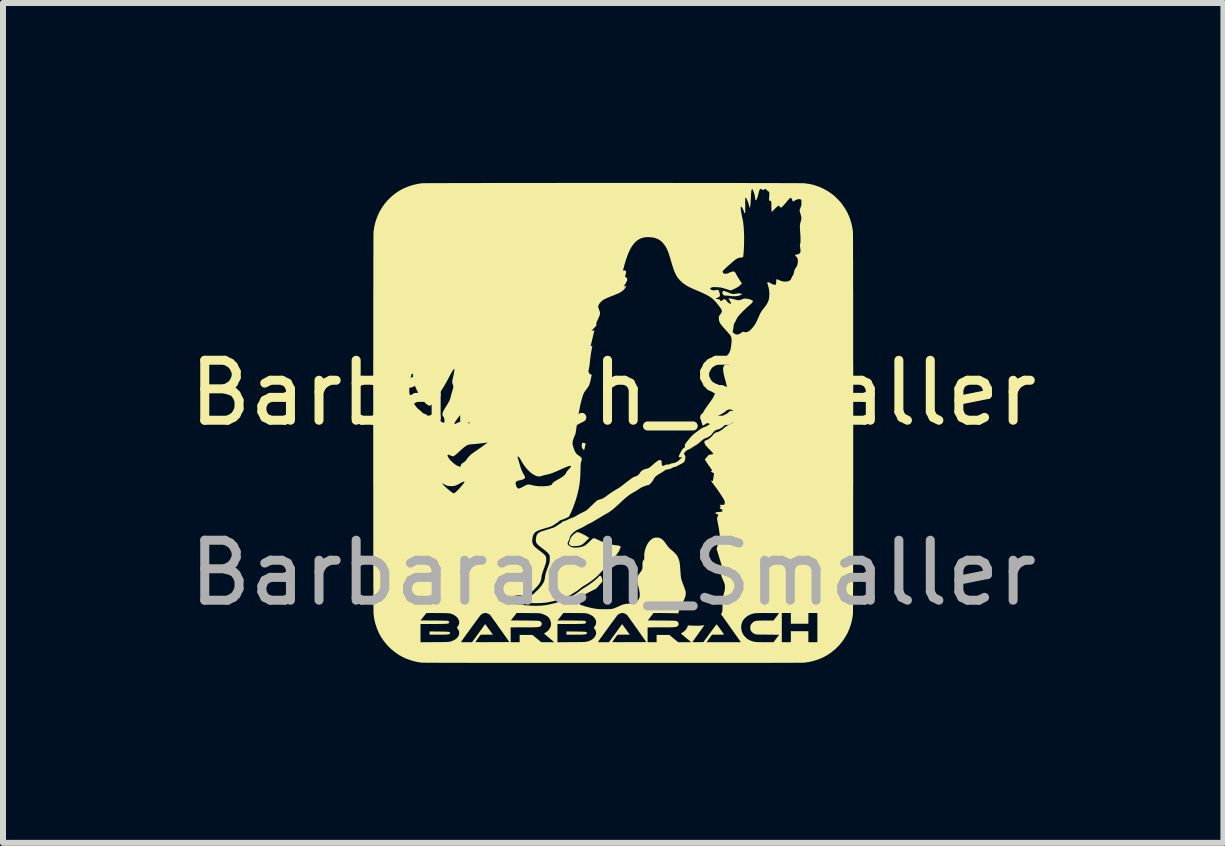
<source format=kicad_pcb>
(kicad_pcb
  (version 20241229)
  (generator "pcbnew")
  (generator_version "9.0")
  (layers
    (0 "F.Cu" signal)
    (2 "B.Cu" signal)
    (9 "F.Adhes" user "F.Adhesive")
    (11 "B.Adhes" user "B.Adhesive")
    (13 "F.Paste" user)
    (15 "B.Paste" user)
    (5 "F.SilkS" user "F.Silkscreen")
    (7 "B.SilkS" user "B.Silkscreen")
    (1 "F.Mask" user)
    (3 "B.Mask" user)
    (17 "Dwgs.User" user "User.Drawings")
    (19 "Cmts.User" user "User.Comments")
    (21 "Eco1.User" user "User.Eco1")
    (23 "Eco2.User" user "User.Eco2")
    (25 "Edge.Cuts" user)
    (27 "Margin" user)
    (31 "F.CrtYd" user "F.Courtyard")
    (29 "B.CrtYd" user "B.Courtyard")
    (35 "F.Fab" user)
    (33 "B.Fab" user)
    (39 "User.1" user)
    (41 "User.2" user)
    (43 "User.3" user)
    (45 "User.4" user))
  (footprint "Barbarach_Smaller"
    (layer "F.Cu")
    (at 7.173 4.001)
    (property "Reference" "Barbarach_Smaller" (at 0 -0.5 0) (unlocked yes) (layer "F.SilkS") (effects (font (size 1 1) (thickness 0.15))))
    (fp_poly (pts (xy -2.905 3.477) (xy -2.863 3.478) (xy -2.828 3.478) (xy -2.8 3.479) (xy -2.777 3.48) (xy -2.76 3.481) (xy -2.747 3.482) (xy -2.737 3.484) (xy -2.73 3.487) (xy -2.726 3.49) (xy -2.722 3.494) (xy -2.72 3.498) (xy -2.718 3.506) (xy -2.724 3.514) (xy -2.736 3.521) (xy -2.75 3.525) (xy -2.76 3.526) (xy -2.777 3.527) (xy -2.8 3.528) (xy -2.83 3.529) (xy -2.864 3.529) (xy -2.903 3.529) (xy -2.916 3.529) (xy -3.062 3.529) (xy -3.062 3.476)) (stroke (width 0) (type solid)) (fill yes) (layer "F.SilkS"))
    (fp_poly (pts (xy -0.622 3.477) (xy -0.58 3.478) (xy -0.545 3.478) (xy -0.517 3.479) (xy -0.495 3.48) (xy -0.477 3.481) (xy -0.464 3.482) (xy -0.455 3.484) (xy -0.448 3.487) (xy -0.443 3.49) (xy -0.44 3.494) (xy -0.437 3.498) (xy -0.436 3.506) (xy -0.442 3.514) (xy -0.454 3.521) (xy -0.468 3.525) (xy -0.477 3.526) (xy -0.494 3.527) (xy -0.518 3.528) (xy -0.547 3.529) (xy -0.582 3.529) (xy -0.62 3.529) (xy -0.634 3.529) (xy -0.78 3.529) (xy -0.78 3.476)) (stroke (width 0) (type solid)) (fill yes) (layer "F.SilkS"))
    (fp_poly (pts (xy -0.504 0.331) (xy -0.491 0.333) (xy -0.478 0.335) (xy -0.468 0.338) (xy -0.463 0.339) (xy -0.462 0.344) (xy -0.463 0.354) (xy -0.466 0.369) (xy -0.469 0.387) (xy -0.473 0.405) (xy -0.477 0.422) (xy -0.481 0.436) (xy -0.484 0.446) (xy -0.486 0.45) (xy -0.491 0.448) (xy -0.499 0.442) (xy -0.504 0.436) (xy -0.517 0.42) (xy -0.524 0.402) (xy -0.525 0.38) (xy -0.524 0.36) (xy -0.521 0.345) (xy -0.519 0.335) (xy -0.518 0.33) (xy -0.518 0.33) (xy -0.513 0.33)) (stroke (width 0) (type solid)) (fill yes) (layer "F.SilkS"))
    (fp_poly (pts (xy -0.583 1.822) (xy -0.565 1.828) (xy -0.542 1.837) (xy -0.517 1.848) (xy -0.491 1.861) (xy -0.465 1.875) (xy -0.441 1.89) (xy -0.427 1.9) (xy -0.401 1.918) (xy -0.451 1.968) (xy -0.474 1.991) (xy -0.494 2.008) (xy -0.511 2.022) (xy -0.527 2.031) (xy -0.543 2.038) (xy -0.56 2.044) (xy -0.565 2.045) (xy -0.582 2.048) (xy -0.604 2.051) (xy -0.627 2.052) (xy -0.651 2.053) (xy -0.672 2.053) (xy -0.689 2.052) (xy -0.699 2.051) (xy -0.716 2.042) (xy -0.729 2.029) (xy -0.737 2.014) (xy -0.738 2.011) (xy -0.738 2) (xy -0.734 1.987) (xy -0.73 1.977) (xy -0.723 1.961) (xy -0.718 1.945) (xy -0.716 1.938) (xy -0.71 1.92) (xy -0.698 1.899) (xy -0.679 1.878) (xy -0.656 1.856) (xy -0.642 1.845) (xy -0.624 1.832) (xy -0.61 1.823) (xy -0.6 1.82) (xy -0.597 1.82)) (stroke (width 0) (type solid)) (fill yes) (layer "F.SilkS"))
    (fp_poly (pts (xy 1.848 -2.2) (xy 1.864 -2.195) (xy 1.884 -2.188) (xy 1.907 -2.179) (xy 1.932 -2.169) (xy 1.937 -2.167) (xy 1.964 -2.156) (xy 1.987 -2.151) (xy 2.01 -2.15) (xy 2.034 -2.152) (xy 2.044 -2.155) (xy 2.067 -2.158) (xy 2.089 -2.16) (xy 2.109 -2.159) (xy 2.126 -2.157) (xy 2.138 -2.153) (xy 2.144 -2.147) (xy 2.144 -2.144) (xy 2.141 -2.141) (xy 2.131 -2.136) (xy 2.117 -2.13) (xy 2.101 -2.124) (xy 2.084 -2.119) (xy 2.079 -2.118) (xy 2.058 -2.115) (xy 2.031 -2.113) (xy 2.003 -2.113) (xy 1.975 -2.114) (xy 1.951 -2.117) (xy 1.943 -2.118) (xy 1.927 -2.121) (xy 1.906 -2.123) (xy 1.887 -2.123) (xy 1.886 -2.123) (xy 1.869 -2.123) (xy 1.858 -2.124) (xy 1.851 -2.126) (xy 1.844 -2.13) (xy 1.839 -2.134) (xy 1.828 -2.145) (xy 1.822 -2.157) (xy 1.82 -2.172) (xy 1.82 -2.177) (xy 1.822 -2.191) (xy 1.829 -2.199) (xy 1.838 -2.201)) (stroke (width 0) (type solid)) (fill yes) (layer "F.SilkS"))
    (fp_poly (pts (xy 1.987 -0.195) (xy 2 -0.181) (xy 2.006 -0.171) (xy 2.014 -0.154) (xy 2.021 -0.135) (xy 2.027 -0.115) (xy 2.031 -0.097) (xy 2.033 -0.082) (xy 2.033 -0.074) (xy 2.029 -0.067) (xy 2.02 -0.059) (xy 2.006 -0.049) (xy 1.985 -0.036) (xy 1.958 -0.021) (xy 1.929 -0.006) (xy 1.899 0.011) (xy 1.875 0.026) (xy 1.856 0.04) (xy 1.852 0.044) (xy 1.836 0.058) (xy 1.817 0.072) (xy 1.797 0.086) (xy 1.778 0.097) (xy 1.761 0.105) (xy 1.751 0.108) (xy 1.722 0.115) (xy 1.698 0.126) (xy 1.679 0.142) (xy 1.661 0.164) (xy 1.659 0.166) (xy 1.637 0.195) (xy 1.609 0.219) (xy 1.578 0.239) (xy 1.545 0.251) (xy 1.545 0.251) (xy 1.525 0.259) (xy 1.502 0.273) (xy 1.477 0.292) (xy 1.45 0.315) (xy 1.445 0.32) (xy 1.429 0.334) (xy 1.414 0.347) (xy 1.4 0.357) (xy 1.393 0.361) (xy 1.382 0.367) (xy 1.367 0.377) (xy 1.349 0.388) (xy 1.336 0.396) (xy 1.302 0.418) (xy 1.273 0.435) (xy 1.244 0.448) (xy 1.236 0.452) (xy 1.224 0.459) (xy 1.211 0.47) (xy 1.198 0.483) (xy 1.187 0.496) (xy 1.181 0.506) (xy 1.181 0.507) (xy 1.182 0.517) (xy 1.188 0.53) (xy 1.191 0.534) (xy 1.197 0.544) (xy 1.201 0.553) (xy 1.202 0.562) (xy 1.202 0.575) (xy 1.201 0.584) (xy 1.198 0.61) (xy 1.193 0.629) (xy 1.186 0.644) (xy 1.174 0.656) (xy 1.158 0.668) (xy 1.142 0.677) (xy 1.126 0.686) (xy 1.113 0.692) (xy 1.113 0.692) (xy 1.099 0.699) (xy 1.083 0.708) (xy 1.074 0.713) (xy 1.059 0.722) (xy 1.042 0.729) (xy 1.034 0.731) (xy 1.012 0.736) (xy 0.995 0.742) (xy 0.978 0.751) (xy 0.975 0.753) (xy 0.96 0.761) (xy 0.943 0.767) (xy 0.939 0.767) (xy 0.924 0.771) (xy 0.905 0.774) (xy 0.897 0.776) (xy 0.882 0.78) (xy 0.867 0.787) (xy 0.849 0.798) (xy 0.844 0.802) (xy 0.827 0.814) (xy 0.806 0.827) (xy 0.784 0.84) (xy 0.775 0.845) (xy 0.741 0.866) (xy 0.712 0.887) (xy 0.691 0.91) (xy 0.676 0.932) (xy 0.676 0.934) (xy 0.66 0.962) (xy 0.638 0.992) (xy 0.616 1.016) (xy 0.604 1.027) (xy 0.594 1.033) (xy 0.583 1.036) (xy 0.576 1.037) (xy 0.559 1.041) (xy 0.538 1.048) (xy 0.514 1.056) (xy 0.489 1.067) (xy 0.467 1.077) (xy 0.459 1.082) (xy 0.445 1.09) (xy 0.428 1.101) (xy 0.41 1.113) (xy 0.408 1.115) (xy 0.391 1.126) (xy 0.371 1.139) (xy 0.349 1.151) (xy 0.334 1.159) (xy 0.305 1.176) (xy 0.276 1.194) (xy 0.247 1.216) (xy 0.215 1.242) (xy 0.18 1.272) (xy 0.161 1.29) (xy 0.12 1.328) (xy 0.085 1.361) (xy 0.053 1.389) (xy 0.026 1.413) (xy 0.003 1.433) (xy -0.018 1.45) (xy -0.036 1.464) (xy -0.053 1.476) (xy -0.069 1.487) (xy -0.084 1.496) (xy -0.092 1.5) (xy -0.105 1.508) (xy -0.124 1.519) (xy -0.147 1.532) (xy -0.173 1.547) (xy -0.201 1.564) (xy -0.227 1.58) (xy -0.268 1.604) (xy -0.302 1.624) (xy -0.33 1.641) (xy -0.352 1.654) (xy -0.37 1.664) (xy -0.384 1.671) (xy -0.394 1.676) (xy -0.401 1.679) (xy -0.402 1.679) (xy -0.409 1.682) (xy -0.422 1.689) (xy -0.438 1.698) (xy -0.455 1.708) (xy -0.491 1.729) (xy -0.523 1.746) (xy -0.551 1.759) (xy -0.577 1.77) (xy -0.608 1.785) (xy -0.64 1.807) (xy -0.673 1.835) (xy -0.678 1.84) (xy -0.701 1.864) (xy -0.716 1.886) (xy -0.725 1.905) (xy -0.727 1.919) (xy -0.729 1.932) (xy -0.734 1.946) (xy -0.743 1.962) (xy -0.753 1.978) (xy -0.758 1.992) (xy -0.759 2.004) (xy -0.759 2.006) (xy -0.759 2.017) (xy -0.756 2.025) (xy -0.75 2.033) (xy -0.74 2.043) (xy -0.718 2.059) (xy -0.692 2.071) (xy -0.661 2.077) (xy -0.625 2.078) (xy -0.585 2.076) (xy -0.543 2.069) (xy -0.506 2.059) (xy -0.476 2.046) (xy -0.471 2.044) (xy -0.462 2.037) (xy -0.449 2.026) (xy -0.432 2.012) (xy -0.414 1.996) (xy -0.402 1.984) (xy -0.385 1.967) (xy -0.369 1.952) (xy -0.355 1.94) (xy -0.345 1.931) (xy -0.341 1.928) (xy -0.331 1.923) (xy -0.32 1.922) (xy -0.307 1.924) (xy -0.289 1.931) (xy -0.272 1.94) (xy -0.21 1.968) (xy -0.148 1.993) (xy -0.087 2.013) (xy -0.028 2.027) (xy 0.027 2.037) (xy 0.046 2.039) (xy 0.07 2.041) (xy 0.087 2.044) (xy 0.1 2.047) (xy 0.11 2.052) (xy 0.119 2.058) (xy 0.119 2.058) (xy 0.124 2.065) (xy 0.125 2.073) (xy 0.12 2.083) (xy 0.116 2.09) (xy 0.109 2.101) (xy 0.106 2.111) (xy 0.106 2.114) (xy 0.103 2.125) (xy 0.094 2.141) (xy 0.079 2.163) (xy 0.059 2.19) (xy 0.034 2.222) (xy 0.003 2.259) (xy -0.034 2.301) (xy -0.075 2.348) (xy -0.122 2.399) (xy -0.167 2.448) (xy -0.189 2.471) (xy -0.21 2.494) (xy -0.23 2.515) (xy -0.248 2.534) (xy -0.262 2.548) (xy -0.27 2.556) (xy -0.292 2.576) (xy -0.32 2.599) (xy -0.351 2.623) (xy -0.384 2.647) (xy -0.418 2.671) (xy -0.451 2.691) (xy -0.457 2.695) (xy -0.481 2.71) (xy -0.5 2.721) (xy -0.516 2.731) (xy -0.529 2.741) (xy -0.543 2.752) (xy -0.558 2.764) (xy -0.564 2.769) (xy -0.614 2.806) (xy -0.662 2.836) (xy -0.678 2.845) (xy -0.693 2.855) (xy -0.704 2.863) (xy -0.716 2.87) (xy -0.734 2.878) (xy -0.755 2.887) (xy -0.765 2.89) (xy -0.787 2.898) (xy -0.81 2.906) (xy -0.832 2.915) (xy -0.843 2.919) (xy -0.899 2.941) (xy -0.96 2.961) (xy -1.025 2.977) (xy -1.092 2.99) (xy -1.127 2.995) (xy -1.148 2.998) (xy -1.175 3) (xy -1.204 3.001) (xy -1.235 3.003) (xy -1.265 3.004) (xy -1.293 3.004) (xy -1.316 3.004) (xy -1.332 3.003) (xy -1.343 3.002) (xy -1.36 3.001) (xy -1.381 2.999) (xy -1.401 2.997) (xy -1.433 2.994) (xy -1.465 2.991) (xy -1.496 2.987) (xy -1.525 2.982) (xy -1.551 2.978) (xy -1.571 2.974) (xy -1.585 2.971) (xy -1.585 2.971) (xy -1.602 2.962) (xy -1.612 2.949) (xy -1.616 2.931) (xy -1.616 2.927) (xy -1.616 2.918) (xy -1.614 2.912) (xy -1.61 2.907) (xy -1.602 2.903) (xy -1.59 2.901) (xy -1.573 2.899) (xy -1.55 2.897) (xy -1.521 2.896) (xy -1.503 2.895) (xy -1.469 2.894) (xy -1.441 2.893) (xy -1.419 2.891) (xy -1.401 2.888) (xy -1.387 2.884) (xy -1.374 2.879) (xy -1.362 2.873) (xy -1.351 2.866) (xy -1.337 2.856) (xy -1.319 2.841) (xy -1.299 2.822) (xy -1.277 2.801) (xy -1.255 2.78) (xy -1.235 2.758) (xy -1.217 2.739) (xy -1.204 2.723) (xy -1.181 2.691) (xy -1.164 2.663) (xy -1.151 2.636) (xy -1.143 2.608) (xy -1.139 2.58) (xy -1.139 2.58) (xy -1.135 2.554) (xy -1.13 2.526) (xy -1.121 2.495) (xy -1.109 2.459) (xy -1.097 2.425) (xy -1.085 2.394) (xy -1.076 2.369) (xy -1.069 2.349) (xy -1.065 2.332) (xy -1.061 2.317) (xy -1.06 2.303) (xy -1.059 2.288) (xy -1.058 2.271) (xy -1.058 2.264) (xy -1.058 2.243) (xy -1.059 2.228) (xy -1.06 2.218) (xy -1.062 2.209) (xy -1.066 2.2) (xy -1.07 2.194) (xy -1.076 2.183) (xy -1.084 2.173) (xy -1.094 2.162) (xy -1.107 2.15) (xy -1.124 2.136) (xy -1.146 2.118) (xy -1.173 2.097) (xy -1.179 2.093) (xy -1.207 2.072) (xy -1.229 2.054) (xy -1.246 2.04) (xy -1.258 2.028) (xy -1.268 2.018) (xy -1.275 2.009) (xy -1.28 1.999) (xy -1.282 1.996) (xy -1.288 1.978) (xy -1.291 1.959) (xy -1.29 1.937) (xy -1.286 1.909) (xy -1.285 1.906) (xy -1.28 1.884) (xy -1.275 1.869) (xy -1.268 1.857) (xy -1.259 1.846) (xy -1.254 1.841) (xy -1.244 1.833) (xy -1.231 1.825) (xy -1.214 1.816) (xy -1.192 1.807) (xy -1.164 1.798) (xy -1.13 1.787) (xy -1.096 1.777) (xy -1.06 1.766) (xy -1.032 1.757) (xy -1.009 1.749) (xy -0.991 1.742) (xy -0.975 1.736) (xy -0.963 1.729) (xy -0.951 1.721) (xy -0.942 1.715) (xy -0.927 1.705) (xy -0.909 1.693) (xy -0.891 1.682) (xy -0.89 1.682) (xy -0.876 1.673) (xy -0.864 1.664) (xy -0.857 1.657) (xy -0.856 1.655) (xy -0.85 1.648) (xy -0.838 1.643) (xy -0.832 1.641) (xy -0.82 1.638) (xy -0.804 1.632) (xy -0.784 1.624) (xy -0.763 1.614) (xy -0.76 1.613) (xy -0.739 1.603) (xy -0.719 1.594) (xy -0.701 1.587) (xy -0.688 1.582) (xy -0.686 1.582) (xy -0.67 1.576) (xy -0.653 1.568) (xy -0.632 1.557) (xy -0.606 1.542) (xy -0.591 1.533) (xy -0.576 1.524) (xy -0.556 1.513) (xy -0.534 1.502) (xy -0.514 1.492) (xy -0.494 1.483) (xy -0.475 1.473) (xy -0.459 1.464) (xy -0.448 1.457) (xy -0.447 1.457) (xy -0.44 1.451) (xy -0.427 1.44) (xy -0.411 1.425) (xy -0.392 1.407) (xy -0.371 1.387) (xy -0.351 1.368) (xy -0.33 1.348) (xy -0.31 1.329) (xy -0.292 1.313) (xy -0.278 1.3) (xy -0.267 1.291) (xy -0.261 1.287) (xy -0.252 1.284) (xy -0.237 1.279) (xy -0.221 1.275) (xy -0.221 1.275) (xy -0.203 1.27) (xy -0.188 1.264) (xy -0.172 1.257) (xy -0.155 1.248) (xy -0.136 1.235) (xy -0.112 1.218) (xy -0.095 1.205) (xy -0.062 1.181) (xy -0.031 1.16) (xy 0.001 1.139) (xy 0.035 1.118) (xy 0.074 1.095) (xy 0.09 1.085) (xy 0.111 1.071) (xy 0.134 1.055) (xy 0.158 1.037) (xy 0.175 1.023) (xy 0.213 0.994) (xy 0.245 0.969) (xy 0.272 0.949) (xy 0.294 0.932) (xy 0.311 0.92) (xy 0.326 0.91) (xy 0.337 0.904) (xy 0.346 0.9) (xy 0.352 0.898) (xy 0.355 0.898) (xy 0.364 0.895) (xy 0.377 0.89) (xy 0.393 0.882) (xy 0.408 0.873) (xy 0.42 0.864) (xy 0.42 0.864) (xy 0.432 0.852) (xy 0.441 0.838) (xy 0.443 0.835) (xy 0.454 0.817) (xy 0.471 0.801) (xy 0.493 0.785) (xy 0.518 0.773) (xy 0.544 0.765) (xy 0.553 0.763) (xy 0.569 0.76) (xy 0.583 0.755) (xy 0.597 0.748) (xy 0.612 0.737) (xy 0.63 0.723) (xy 0.646 0.709) (xy 0.671 0.687) (xy 0.695 0.667) (xy 0.717 0.649) (xy 0.737 0.635) (xy 0.752 0.625) (xy 0.754 0.624) (xy 0.772 0.618) (xy 0.787 0.62) (xy 0.798 0.627) (xy 0.803 0.633) (xy 0.806 0.64) (xy 0.808 0.65) (xy 0.808 0.665) (xy 0.808 0.67) (xy 0.809 0.69) (xy 0.812 0.703) (xy 0.817 0.711) (xy 0.826 0.714) (xy 0.832 0.715) (xy 0.842 0.713) (xy 0.854 0.707) (xy 0.857 0.704) (xy 0.867 0.699) (xy 0.876 0.696) (xy 0.889 0.694) (xy 0.905 0.693) (xy 0.923 0.692) (xy 0.936 0.69) (xy 0.944 0.687) (xy 0.946 0.685) (xy 0.955 0.68) (xy 0.972 0.675) (xy 0.991 0.672) (xy 1.022 0.665) (xy 1.049 0.655) (xy 1.075 0.639) (xy 1.102 0.617) (xy 1.108 0.611) (xy 1.125 0.594) (xy 1.138 0.581) (xy 1.144 0.571) (xy 1.145 0.566) (xy 1.14 0.566) (xy 1.129 0.571) (xy 1.115 0.575) (xy 1.103 0.574) (xy 1.095 0.566) (xy 1.094 0.562) (xy 1.094 0.556) (xy 1.096 0.546) (xy 1.102 0.533) (xy 1.111 0.514) (xy 1.117 0.501) (xy 1.135 0.467) (xy 1.152 0.442) (xy 1.166 0.424) (xy 1.179 0.414) (xy 1.184 0.413) (xy 1.189 0.411) (xy 1.192 0.407) (xy 1.194 0.399) (xy 1.194 0.385) (xy 1.194 0.384) (xy 1.194 0.375) (xy 1.195 0.367) (xy 1.197 0.359) (xy 1.201 0.351) (xy 1.207 0.34) (xy 1.217 0.327) (xy 1.23 0.31) (xy 1.247 0.288) (xy 1.249 0.286) (xy 1.281 0.247) (xy 1.313 0.213) (xy 1.344 0.184) (xy 1.363 0.169) (xy 1.395 0.145) (xy 1.422 0.125) (xy 1.444 0.109) (xy 1.462 0.097) (xy 1.478 0.087) (xy 1.491 0.08) (xy 1.503 0.074) (xy 1.514 0.07) (xy 1.525 0.066) (xy 1.529 0.065) (xy 1.544 0.06) (xy 1.558 0.052) (xy 1.56 0.051) (xy 1.572 0.043) (xy 1.587 0.034) (xy 1.594 0.03) (xy 1.612 0.02) (xy 1.634 0.006) (xy 1.658 -0.009) (xy 1.681 -0.025) (xy 1.702 -0.04) (xy 1.717 -0.052) (xy 1.744 -0.072) (xy 1.779 -0.093) (xy 1.82 -0.116) (xy 1.837 -0.124) (xy 1.867 -0.14) (xy 1.89 -0.153) (xy 1.907 -0.164) (xy 1.918 -0.172) (xy 1.921 -0.177) (xy 1.925 -0.183) (xy 1.933 -0.19) (xy 1.945 -0.197) (xy 1.958 -0.201) (xy 1.959 -0.201) (xy 1.974 -0.202)) (stroke (width 0) (type solid)) (fill yes) (layer "F.SilkS"))
    (fp_poly (pts (xy 0.168 -4.001) (xy 0.308 -4.001) (xy 0.447 -4.001) (xy 0.586 -4.001) (xy 0.723 -4.001) (xy 0.859 -4.001) (xy 0.994 -4.001) (xy 1.127 -4) (xy 1.257 -4) (xy 1.386 -4) (xy 1.512 -4) (xy 1.636 -4) (xy 1.757 -4) (xy 1.874 -4) (xy 1.988 -4) (xy 2.099 -4) (xy 2.205 -4) (xy 2.307 -3.999) (xy 2.405 -3.999) (xy 2.499 -3.999) (xy 2.587 -3.999) (xy 2.671 -3.999) (xy 2.749 -3.999) (xy 2.821 -3.998) (xy 2.888 -3.998) (xy 2.949 -3.998) (xy 3.003 -3.998) (xy 3.051 -3.998) (xy 3.092 -3.997) (xy 3.126 -3.997) (xy 3.153 -3.997) (xy 3.172 -3.997) (xy 3.183 -3.996) (xy 3.186 -3.996) (xy 3.271 -3.984) (xy 3.354 -3.964) (xy 3.435 -3.936) (xy 3.512 -3.901) (xy 3.587 -3.858) (xy 3.647 -3.816) (xy 3.672 -3.797) (xy 3.7 -3.772) (xy 3.729 -3.744) (xy 3.758 -3.715) (xy 3.784 -3.686) (xy 3.807 -3.659) (xy 3.816 -3.647) (xy 3.865 -3.575) (xy 3.907 -3.5) (xy 3.941 -3.422) (xy 3.967 -3.341) (xy 3.986 -3.258) (xy 3.996 -3.186) (xy 3.996 -3.18) (xy 3.997 -3.165) (xy 3.997 -3.143) (xy 3.997 -3.113) (xy 3.997 -3.076) (xy 3.998 -3.032) (xy 3.998 -2.982) (xy 3.998 -2.925) (xy 3.998 -2.862) (xy 3.998 -2.793) (xy 3.999 -2.718) (xy 3.999 -2.638) (xy 3.999 -2.552) (xy 3.999 -2.462) (xy 3.999 -2.366) (xy 3.999 -2.266) (xy 4 -2.162) (xy 4 -2.054) (xy 4 -1.942) (xy 4 -1.827) (xy 4 -1.708) (xy 4 -1.586) (xy 4 -1.462) (xy 4 -1.334) (xy 4 -1.205) (xy 4 -1.073) (xy 4.001 -0.939) (xy 4.001 -0.804) (xy 4.001 -0.667) (xy 4.001 -0.53) (xy 4.001 -0.391) (xy 4.001 -0.251) (xy 4.001 -0.112) (xy 4.001 0.028) (xy 4.001 0.168) (xy 4.001 0.308) (xy 4.001 0.447) (xy 4.001 0.586) (xy 4.001 0.723) (xy 4.001 0.859) (xy 4.001 0.994) (xy 4 1.127) (xy 4 1.257) (xy 4 1.386) (xy 4 1.512) (xy 4 1.636) (xy 4 1.757) (xy 4 1.874) (xy 4 1.988) (xy 4 2.099) (xy 4 2.205) (xy 3.999 2.307) (xy 3.999 2.405) (xy 3.999 2.499) (xy 3.999 2.587) (xy 3.999 2.671) (xy 3.999 2.749) (xy 3.998 2.821) (xy 3.998 2.888) (xy 3.998 2.949) (xy 3.998 3.003) (xy 3.998 3.051) (xy 3.997 3.092) (xy 3.997 3.126) (xy 3.997 3.153) (xy 3.997 3.172) (xy 3.996 3.183) (xy 3.996 3.186) (xy 3.984 3.27) (xy 3.964 3.352) (xy 3.937 3.431) (xy 3.903 3.507) (xy 3.862 3.579) (xy 3.815 3.648) (xy 3.762 3.711) (xy 3.702 3.77) (xy 3.638 3.823) (xy 3.57 3.869) (xy 3.499 3.908) (xy 3.423 3.94) (xy 3.345 3.966) (xy 3.265 3.985) (xy 3.186 3.996) (xy 3.18 3.996) (xy 3.166 3.997) (xy 3.144 3.997) (xy 3.114 3.997) (xy 3.077 3.997) (xy 3.034 3.997) (xy 2.984 3.998) (xy 2.927 3.998) (xy 2.864 3.998) (xy 2.795 3.998) (xy 2.721 3.998) (xy 2.641 3.999) (xy 2.556 3.999) (xy 2.465 3.999) (xy 2.37 3.999) (xy 2.271 3.999) (xy 2.167 3.999) (xy 2.059 3.999) (xy 1.947 3.999) (xy 1.832 3.999) (xy 1.713 4) (xy 1.592 4) (xy 1.467 4) (xy 1.34 4) (xy 1.211 4) (xy 1.079 4) (xy 0.946 4) (xy 0.81 4) (xy 0.674 4) (xy 0.536 4) (xy 0.397 4) (xy 0.258 4) (xy 0.118 4) (xy -0.022 4) (xy -0.162 4) (xy -0.301 4) (xy -0.441 4) (xy -0.579 4) (xy -0.716 4) (xy -0.853 4) (xy -0.987 4) (xy -1.12 4) (xy -1.252 4) (xy -1.38 4) (xy -1.507 4) (xy -1.631 3.999) (xy -1.752 3.999) (xy -1.869 3.999) (xy -1.984 3.999) (xy -2.095 3.999) (xy -2.201 3.999) (xy -2.304 3.999) (xy -2.403 3.999) (xy -2.497 3.998) (xy -2.586 3.998) (xy -2.669 3.998) (xy -2.748 3.998) (xy -2.821 3.998) (xy -2.889 3.998) (xy -2.95 3.997) (xy -3.005 3.997) (xy -3.053 3.997) (xy -3.095 3.997) (xy -3.13 3.997) (xy -3.158 3.996) (xy -3.178 3.996) (xy -3.19 3.996) (xy -3.194 3.996) (xy -3.259 3.986) (xy -3.326 3.971) (xy -3.393 3.951) (xy -3.458 3.926) (xy -3.52 3.897) (xy -3.575 3.866) (xy -3.578 3.864) (xy -3.647 3.815) (xy -3.712 3.761) (xy -3.771 3.701) (xy -3.824 3.636) (xy -3.869 3.57) (xy -3.908 3.499) (xy -3.94 3.423) (xy -3.966 3.345) (xy -3.979 3.292) (xy -3.213 3.292) (xy -2.986 3.294) (xy -2.937 3.294) (xy -2.896 3.295) (xy -2.861 3.295) (xy -2.833 3.296) (xy -2.81 3.296) (xy -2.792 3.297) (xy -2.778 3.297) (xy -2.767 3.298) (xy -2.76 3.299) (xy -2.754 3.3) (xy -2.751 3.302) (xy -2.748 3.303) (xy -2.738 3.312) (xy -2.734 3.321) (xy -2.737 3.33) (xy -2.74 3.335) (xy -2.743 3.338) (xy -2.747 3.341) (xy -2.753 3.344) (xy -2.761 3.346) (xy -2.772 3.347) (xy -2.787 3.348) (xy -2.806 3.349) (xy -2.83 3.35) (xy -2.859 3.35) (xy -2.895 3.351) (xy -2.937 3.351) (xy -2.987 3.351) (xy -3.213 3.351) (xy -3.213 3.656) (xy -3.125 3.655) (xy -1.71 3.655) (xy -1.56 3.655) (xy -1.56 3.533) (xy -1.453 3.534) (xy -1.346 3.534) (xy -1.273 3.594) (xy -1.2 3.655) (xy -1.091 3.655) (xy -0.982 3.655) (xy -1.068 3.584) (xy -1.09 3.565) (xy -1.11 3.548) (xy -1.128 3.533) (xy -1.141 3.521) (xy -1.15 3.513) (xy -1.153 3.51) (xy -1.153 3.51) (xy -1.15 3.507) (xy -1.141 3.501) (xy -1.13 3.495) (xy -1.102 3.476) (xy -1.077 3.452) (xy -1.057 3.424) (xy -1.044 3.395) (xy -1.038 3.369) (xy -1.038 3.338) (xy -1.044 3.305) (xy -1.049 3.292) (xy -0.93 3.292) (xy -0.703 3.294) (xy -0.655 3.294) (xy -0.613 3.295) (xy -0.579 3.295) (xy -0.55 3.296) (xy -0.527 3.296) (xy -0.509 3.297) (xy -0.495 3.297) (xy -0.485 3.298) (xy -0.477 3.299) (xy -0.472 3.3) (xy -0.468 3.302) (xy -0.466 3.303) (xy -0.455 3.312) (xy -0.452 3.321) (xy -0.455 3.33) (xy -0.457 3.335) (xy -0.46 3.338) (xy -0.464 3.341) (xy -0.47 3.344) (xy -0.478 3.346) (xy -0.489 3.347) (xy -0.504 3.348) (xy -0.523 3.349) (xy -0.547 3.35) (xy -0.577 3.35) (xy -0.612 3.351) (xy -0.655 3.351) (xy -0.705 3.351) (xy -0.93 3.351) (xy -0.93 3.656) (xy -0.698 3.654) (xy -0.648 3.654) (xy -0.606 3.654) (xy -0.581 3.653) (xy -0.256 3.653) (xy -0.252 3.654) (xy -0.241 3.654) (xy -0.224 3.655) (xy -0.203 3.655) (xy -0.178 3.655) (xy -0.163 3.655) (xy -0.071 3.655) (xy 0.148 3.353) (xy 0.158 3.367) (xy 0.164 3.374) (xy 0.173 3.387) (xy 0.185 3.404) (xy 0.2 3.424) (xy 0.216 3.445) (xy 0.222 3.455) (xy 0.276 3.529) (xy 0.071 3.53) (xy 0.027 3.591) (xy 0.013 3.61) (xy 0.001 3.627) (xy -0.008 3.641) (xy -0.014 3.65) (xy -0.015 3.654) (xy -0.015 3.654) (xy -0.011 3.654) (xy 0.001 3.654) (xy 0.019 3.654) (xy 0.044 3.654) (xy 0.074 3.655) (xy 0.109 3.655) (xy 0.148 3.655) (xy 0.191 3.654) (xy 0.237 3.654) (xy 0.269 3.654) (xy 0.551 3.653) (xy 0.396 3.432) (xy 0.369 3.395) (xy 0.343 3.358) (xy 0.319 3.324) (xy 0.297 3.294) (xy 0.278 3.266) (xy 0.261 3.243) (xy 0.248 3.224) (xy 0.238 3.211) (xy 0.232 3.203) (xy 0.231 3.202) (xy 0.223 3.195) (xy 0.21 3.187) (xy 0.198 3.18) (xy 0.17 3.17) (xy 0.142 3.168) (xy 0.115 3.175) (xy 0.088 3.189) (xy 0.074 3.199) (xy 0.071 3.204) (xy 0.062 3.214) (xy 0.051 3.23) (xy 0.036 3.25) (xy 0.018 3.274) (xy -0.002 3.301) (xy -0.024 3.331) (xy -0.047 3.362) (xy -0.071 3.395) (xy -0.095 3.429) (xy -0.12 3.462) (xy -0.144 3.495) (xy -0.166 3.526) (xy -0.187 3.556) (xy -0.207 3.582) (xy -0.223 3.606) (xy -0.237 3.625) (xy -0.247 3.64) (xy -0.254 3.65) (xy -0.256 3.653) (xy -0.581 3.653) (xy -0.571 3.653) (xy -0.541 3.653) (xy -0.517 3.652) (xy -0.498 3.652) (xy -0.482 3.651) (xy -0.47 3.65) (xy -0.46 3.649) (xy -0.451 3.648) (xy -0.444 3.647) (xy -0.437 3.645) (xy -0.433 3.644) (xy -0.413 3.638) (xy -0.392 3.63) (xy -0.375 3.623) (xy -0.375 3.623) (xy -0.345 3.605) (xy -0.321 3.583) (xy -0.303 3.56) (xy -0.291 3.534) (xy -0.285 3.508) (xy -0.287 3.482) (xy -0.296 3.456) (xy -0.306 3.44) (xy -0.314 3.429) (xy -0.32 3.421) (xy -0.323 3.418) (xy -0.323 3.412) (xy -0.317 3.401) (xy -0.311 3.395) (xy -0.295 3.371) (xy -0.287 3.345) (xy -0.285 3.318) (xy -0.29 3.291) (xy -0.302 3.265) (xy -0.32 3.241) (xy -0.344 3.219) (xy -0.374 3.201) (xy -0.379 3.198) (xy -0.392 3.192) (xy -0.404 3.187) (xy -0.415 3.182) (xy -0.426 3.179) (xy -0.439 3.176) (xy -0.453 3.174) (xy -0.47 3.172) (xy -0.491 3.171) (xy -0.516 3.17) (xy -0.546 3.17) (xy -0.582 3.169) (xy -0.626 3.169) (xy -0.644 3.169) (xy -0.831 3.168) (xy -0.88 3.23) (xy -0.93 3.292) (xy -1.049 3.292) (xy -1.056 3.275) (xy -1.073 3.248) (xy -1.088 3.232) (xy -1.106 3.219) (xy -1.13 3.205) (xy -1.157 3.193) (xy -1.184 3.182) (xy -1.2 3.178) (xy -1.208 3.176) (xy -1.216 3.175) (xy -1.227 3.173) (xy -1.24 3.172) (xy -1.256 3.172) (xy -1.277 3.171) (xy -1.302 3.17) (xy -1.334 3.17) (xy -1.372 3.17) (xy -1.417 3.169) (xy -1.419 3.169) (xy -1.61 3.168) (xy -1.658 3.23) (xy -1.706 3.292) (xy -1.472 3.294) (xy -1.421 3.294) (xy -1.378 3.295) (xy -1.342 3.295) (xy -1.312 3.296) (xy -1.287 3.296) (xy -1.268 3.297) (xy -1.252 3.298) (xy -1.24 3.3) (xy -1.231 3.301) (xy -1.224 3.303) (xy -1.219 3.306) (xy -1.214 3.309) (xy -1.21 3.313) (xy -1.205 3.317) (xy -1.195 3.332) (xy -1.191 3.349) (xy -1.194 3.366) (xy -1.204 3.381) (xy -1.211 3.388) (xy -1.217 3.392) (xy -1.224 3.395) (xy -1.231 3.398) (xy -1.24 3.401) (xy -1.252 3.403) (xy -1.267 3.404) (xy -1.285 3.405) (xy -1.308 3.406) (xy -1.336 3.407) (xy -1.369 3.407) (xy -1.409 3.407) (xy -1.456 3.407) (xy -1.49 3.407) (xy -1.71 3.408) (xy -1.71 3.655) (xy -3.125 3.655) (xy -2.98 3.654) (xy -2.931 3.654) (xy -2.889 3.654) (xy -2.859 3.653) (xy -2.538 3.653) (xy -2.535 3.654) (xy -2.524 3.654) (xy -2.507 3.655) (xy -2.486 3.655) (xy -2.461 3.655) (xy -2.446 3.655) (xy -2.354 3.655) (xy -2.244 3.504) (xy -2.135 3.353) (xy -2.124 3.367) (xy -2.119 3.374) (xy -2.11 3.387) (xy -2.097 3.404) (xy -2.083 3.424) (xy -2.067 3.445) (xy -2.06 3.455) (xy -2.006 3.529) (xy -2.211 3.53) (xy -2.255 3.591) (xy -2.269 3.61) (xy -2.281 3.627) (xy -2.29 3.641) (xy -2.296 3.65) (xy -2.298 3.654) (xy -2.298 3.654) (xy -2.294 3.654) (xy -2.282 3.654) (xy -2.263 3.654) (xy -2.239 3.654) (xy -2.208 3.655) (xy -2.173 3.655) (xy -2.134 3.655) (xy -2.092 3.654) (xy -2.046 3.654) (xy -2.014 3.654) (xy -1.731 3.653) (xy -1.887 3.432) (xy -1.914 3.395) (xy -1.939 3.358) (xy -1.963 3.324) (xy -1.985 3.294) (xy -2.005 3.266) (xy -2.021 3.243) (xy -2.035 3.224) (xy -2.045 3.211) (xy -2.05 3.203) (xy -2.051 3.202) (xy -2.06 3.195) (xy -2.073 3.187) (xy -2.085 3.18) (xy -2.113 3.17) (xy -2.14 3.168) (xy -2.168 3.175) (xy -2.195 3.189) (xy -2.208 3.199) (xy -2.212 3.204) (xy -2.22 3.214) (xy -2.232 3.23) (xy -2.247 3.25) (xy -2.265 3.274) (xy -2.285 3.301) (xy -2.306 3.331) (xy -2.33 3.362) (xy -2.354 3.395) (xy -2.378 3.429) (xy -2.402 3.462) (xy -2.426 3.495) (xy -2.449 3.526) (xy -2.47 3.556) (xy -2.489 3.582) (xy -2.506 3.606) (xy -2.52 3.625) (xy -2.53 3.64) (xy -2.536 3.65) (xy -2.538 3.653) (xy -2.859 3.653) (xy -2.853 3.653) (xy -2.824 3.653) (xy -2.8 3.652) (xy -2.78 3.652) (xy -2.765 3.651) (xy -2.752 3.65) (xy -2.742 3.649) (xy -2.734 3.648) (xy -2.726 3.647) (xy -2.719 3.645) (xy -2.715 3.644) (xy -2.695 3.638) (xy -2.675 3.63) (xy -2.658 3.623) (xy -2.658 3.623) (xy -2.628 3.605) (xy -2.603 3.583) (xy -2.585 3.56) (xy -2.573 3.534) (xy -2.568 3.508) (xy -2.569 3.482) (xy -2.578 3.456) (xy -2.588 3.44) (xy -2.596 3.429) (xy -2.603 3.421) (xy -2.605 3.418) (xy -2.605 3.411) (xy -2.599 3.401) (xy -2.594 3.395) (xy -2.578 3.371) (xy -2.569 3.345) (xy -2.567 3.318) (xy -2.573 3.291) (xy -2.585 3.265) (xy -2.603 3.24) (xy -2.627 3.219) (xy -2.657 3.2) (xy -2.661 3.198) (xy -2.675 3.192) (xy -2.686 3.187) (xy -2.698 3.182) (xy -2.709 3.179) (xy -2.721 3.176) (xy -2.736 3.174) (xy -2.753 3.172) (xy -2.773 3.171) (xy -2.798 3.17) (xy -2.828 3.17) (xy -2.865 3.169) (xy -2.908 3.169) (xy -2.926 3.169) (xy -3.113 3.168) (xy -3.163 3.23) (xy -3.213 3.292) (xy -3.979 3.292) (xy -3.985 3.265) (xy -3.996 3.186) (xy -3.996 3.18) (xy -3.997 3.165) (xy -3.997 3.143) (xy -3.997 3.113) (xy -3.997 3.076) (xy -3.998 3.032) (xy -3.998 2.982) (xy -3.998 2.941) (xy -1.677 2.941) (xy -1.673 2.962) (xy -1.664 2.982) (xy -1.649 2.999) (xy -1.638 3.006) (xy -1.62 3.014) (xy -1.595 3.021) (xy -1.563 3.027) (xy -1.527 3.033) (xy -1.487 3.037) (xy -1.444 3.041) (xy -1.399 3.044) (xy -1.353 3.047) (xy -1.307 3.048) (xy -1.262 3.048) (xy -1.22 3.046) (xy -1.181 3.044) (xy -1.146 3.04) (xy -1.137 3.039) (xy -1.06 3.025) (xy -0.989 3.008) (xy -0.923 2.989) (xy -0.861 2.965) (xy -0.856 2.963) (xy -0.833 2.954) (xy -0.808 2.944) (xy -0.785 2.936) (xy -0.776 2.933) (xy -0.759 2.927) (xy -0.746 2.922) (xy -0.733 2.916) (xy -0.72 2.909) (xy -0.705 2.9) (xy -0.684 2.887) (xy -0.683 2.886) (xy -0.666 2.875) (xy -0.647 2.863) (xy -0.634 2.856) (xy -0.621 2.848) (xy -0.605 2.836) (xy -0.586 2.822) (xy -0.568 2.808) (xy -0.568 2.808) (xy -0.547 2.791) (xy -0.522 2.774) (xy -0.498 2.757) (xy -0.481 2.747) (xy -0.406 2.699) (xy -0.336 2.648) (xy -0.321 2.636) (xy -0.303 2.621) (xy -0.285 2.606) (xy -0.268 2.59) (xy -0.253 2.576) (xy -0.241 2.563) (xy -0.234 2.555) (xy -0.232 2.55) (xy -0.228 2.547) (xy -0.222 2.546) (xy -0.21 2.55) (xy -0.199 2.562) (xy -0.191 2.581) (xy -0.184 2.608) (xy -0.181 2.626) (xy -0.18 2.632) (xy -0.18 2.637) (xy -0.182 2.642) (xy -0.186 2.649) (xy -0.194 2.659) (xy -0.204 2.671) (xy -0.22 2.689) (xy -0.231 2.701) (xy -0.283 2.76) (xy -0.4 2.82) (xy -0.429 2.835) (xy -0.455 2.848) (xy -0.477 2.86) (xy -0.496 2.869) (xy -0.51 2.876) (xy -0.517 2.881) (xy -0.519 2.881) (xy -0.52 2.885) (xy -0.523 2.895) (xy -0.528 2.91) (xy -0.533 2.929) (xy -0.539 2.949) (xy -0.545 2.969) (xy -0.551 2.988) (xy -0.555 3.004) (xy -0.559 3.016) (xy -0.56 3.023) (xy -0.56 3.023) (xy -0.557 3.026) (xy -0.546 3.031) (xy -0.53 3.037) (xy -0.51 3.044) (xy -0.486 3.052) (xy -0.46 3.06) (xy -0.433 3.067) (xy -0.407 3.074) (xy -0.382 3.08) (xy -0.346 3.088) (xy -0.316 3.093) (xy -0.288 3.098) (xy -0.262 3.101) (xy -0.235 3.103) (xy -0.205 3.104) (xy -0.171 3.105) (xy -0.142 3.105) (xy -0.106 3.105) (xy -0.076 3.104) (xy -0.051 3.103) (xy -0.03 3.101) (xy -0.011 3.097) (xy 0.008 3.092) (xy 0.027 3.085) (xy 0.049 3.076) (xy 0.075 3.064) (xy 0.084 3.06) (xy 0.113 3.047) (xy 0.137 3.037) (xy 0.158 3.029) (xy 0.178 3.023) (xy 0.199 3.019) (xy 0.223 3.016) (xy 0.252 3.012) (xy 0.259 3.012) (xy 0.3 3.006) (xy 0.333 3) (xy 0.361 2.992) (xy 0.383 2.982) (xy 0.4 2.97) (xy 0.414 2.955) (xy 0.419 2.948) (xy 0.43 2.928) (xy 0.438 2.905) (xy 0.442 2.879) (xy 0.442 2.849) (xy 0.438 2.815) (xy 0.431 2.775) (xy 0.42 2.731) (xy 0.41 2.69) (xy 0.403 2.655) (xy 0.399 2.626) (xy 0.398 2.6) (xy 0.401 2.578) (xy 0.407 2.558) (xy 0.416 2.54) (xy 0.429 2.521) (xy 0.431 2.518) (xy 0.449 2.494) (xy 0.463 2.474) (xy 0.474 2.458) (xy 0.481 2.443) (xy 0.485 2.429) (xy 0.487 2.413) (xy 0.488 2.394) (xy 0.488 2.371) (xy 0.488 2.37) (xy 0.488 2.348) (xy 0.488 2.331) (xy 0.489 2.319) (xy 0.492 2.31) (xy 0.495 2.302) (xy 0.496 2.301) (xy 0.502 2.289) (xy 0.509 2.279) (xy 0.512 2.277) (xy 0.515 2.272) (xy 0.517 2.266) (xy 0.518 2.257) (xy 0.518 2.242) (xy 0.517 2.234) (xy 0.517 2.191) (xy 0.523 2.148) (xy 0.533 2.105) (xy 0.548 2.063) (xy 0.566 2.025) (xy 0.588 1.99) (xy 0.613 1.961) (xy 0.64 1.937) (xy 0.661 1.924) (xy 0.675 1.918) (xy 0.687 1.914) (xy 0.699 1.912) (xy 0.715 1.911) (xy 0.725 1.911) (xy 0.744 1.911) (xy 0.757 1.912) (xy 0.769 1.915) (xy 0.781 1.921) (xy 0.788 1.924) (xy 0.803 1.932) (xy 0.817 1.942) (xy 0.83 1.954) (xy 0.845 1.97) (xy 0.861 1.991) (xy 0.881 2.017) (xy 0.881 2.019) (xy 0.898 2.041) (xy 0.911 2.059) (xy 0.923 2.074) (xy 0.936 2.087) (xy 0.95 2.1) (xy 0.968 2.115) (xy 0.981 2.126) (xy 1.011 2.152) (xy 1.034 2.175) (xy 1.053 2.197) (xy 1.068 2.219) (xy 1.081 2.244) (xy 1.09 2.267) (xy 1.097 2.286) (xy 1.102 2.307) (xy 1.107 2.331) (xy 1.111 2.359) (xy 1.114 2.392) (xy 1.117 2.431) (xy 1.119 2.457) (xy 1.122 2.497) (xy 1.124 2.53) (xy 1.127 2.557) (xy 1.131 2.582) (xy 1.136 2.604) (xy 1.142 2.626) (xy 1.15 2.649) (xy 1.159 2.675) (xy 1.168 2.697) (xy 1.182 2.733) (xy 1.192 2.762) (xy 1.2 2.787) (xy 1.206 2.807) (xy 1.209 2.825) (xy 1.209 2.841) (xy 1.209 2.855) (xy 1.207 2.868) (xy 1.205 2.881) (xy 1.201 2.895) (xy 1.196 2.912) (xy 1.188 2.931) (xy 1.178 2.954) (xy 1.165 2.982) (xy 1.148 3.016) (xy 1.146 3.022) (xy 1.133 3.049) (xy 1.12 3.076) (xy 1.109 3.1) (xy 1.1 3.122) (xy 1.094 3.138) (xy 1.092 3.145) (xy 1.082 3.177) (xy 1.068 3.174) (xy 1.061 3.173) (xy 1.047 3.173) (xy 1.027 3.172) (xy 1.001 3.171) (xy 0.97 3.171) (xy 0.936 3.17) (xy 0.898 3.17) (xy 0.863 3.169) (xy 0.672 3.168) (xy 0.624 3.23) (xy 0.576 3.292) (xy 0.811 3.294) (xy 0.861 3.294) (xy 0.904 3.295) (xy 0.941 3.295) (xy 0.971 3.296) (xy 0.995 3.296) (xy 1.015 3.297) (xy 1.03 3.298) (xy 1.042 3.3) (xy 1.052 3.301) (xy 1.059 3.304) (xy 1.064 3.306) (xy 1.069 3.309) (xy 1.073 3.313) (xy 1.077 3.317) (xy 1.087 3.332) (xy 1.091 3.349) (xy 1.088 3.366) (xy 1.079 3.381) (xy 1.071 3.388) (xy 1.065 3.392) (xy 1.059 3.395) (xy 1.051 3.398) (xy 1.042 3.401) (xy 1.03 3.403) (xy 1.016 3.404) (xy 0.997 3.405) (xy 0.975 3.406) (xy 0.947 3.407) (xy 0.913 3.407) (xy 0.874 3.407) (xy 0.827 3.407) (xy 0.793 3.407) (xy 0.573 3.408) (xy 0.573 3.655) (xy 0.723 3.655) (xy 0.723 3.533) (xy 0.83 3.534) (xy 0.936 3.534) (xy 1.009 3.594) (xy 1.082 3.655) (xy 1.191 3.655) (xy 1.3 3.655) (xy 1.215 3.584) (xy 1.192 3.565) (xy 1.172 3.548) (xy 1.155 3.533) (xy 1.141 3.521) (xy 1.133 3.513) (xy 1.129 3.51) (xy 1.129 3.51) (xy 1.132 3.507) (xy 1.141 3.501) (xy 1.152 3.495) (xy 1.179 3.477) (xy 1.203 3.455) (xy 1.223 3.429) (xy 1.231 3.415) (xy 1.237 3.401) (xy 1.241 3.389) (xy 1.243 3.382) (xy 1.243 3.379) (xy 1.246 3.377) (xy 1.251 3.376) (xy 1.262 3.376) (xy 1.278 3.377) (xy 1.295 3.378) (xy 1.326 3.379) (xy 1.359 3.38) (xy 1.392 3.38) (xy 1.424 3.38) (xy 1.453 3.379) (xy 1.476 3.377) (xy 1.49 3.375) (xy 1.504 3.373) (xy 1.514 3.372) (xy 1.518 3.373) (xy 1.516 3.376) (xy 1.51 3.386) (xy 1.5 3.4) (xy 1.486 3.419) (xy 1.47 3.442) (xy 1.451 3.468) (xy 1.431 3.497) (xy 1.42 3.512) (xy 1.398 3.542) (xy 1.379 3.569) (xy 1.361 3.594) (xy 1.346 3.615) (xy 1.334 3.633) (xy 1.325 3.645) (xy 1.321 3.652) (xy 1.32 3.653) (xy 1.324 3.654) (xy 1.335 3.654) (xy 1.351 3.654) (xy 1.373 3.655) (xy 1.398 3.654) (xy 1.412 3.654) (xy 1.504 3.653) (xy 1.609 3.509) (xy 1.631 3.479) (xy 1.652 3.45) (xy 1.671 3.425) (xy 1.688 3.402) (xy 1.701 3.384) (xy 1.711 3.37) (xy 1.718 3.362) (xy 1.72 3.36) (xy 1.722 3.359) (xy 1.726 3.361) (xy 1.732 3.367) (xy 1.74 3.377) (xy 1.751 3.391) (xy 1.766 3.411) (xy 1.785 3.437) (xy 1.786 3.439) (xy 1.803 3.462) (xy 1.818 3.483) (xy 1.83 3.501) (xy 1.84 3.515) (xy 1.846 3.524) (xy 1.848 3.527) (xy 1.844 3.528) (xy 1.833 3.528) (xy 1.816 3.529) (xy 1.795 3.529) (xy 1.769 3.529) (xy 1.747 3.529) (xy 1.647 3.529) (xy 1.601 3.592) (xy 1.556 3.655) (xy 2.128 3.655) (xy 1.971 3.433) (xy 1.944 3.395) (xy 1.94 3.388) (xy 2.133 3.388) (xy 2.134 3.428) (xy 2.141 3.467) (xy 2.155 3.504) (xy 2.175 3.539) (xy 2.202 3.57) (xy 2.233 3.598) (xy 2.27 3.62) (xy 2.312 3.637) (xy 2.313 3.637) (xy 2.327 3.642) (xy 2.341 3.645) (xy 2.355 3.648) (xy 2.37 3.65) (xy 2.387 3.652) (xy 2.408 3.653) (xy 2.433 3.654) (xy 2.463 3.654) (xy 2.5 3.655) (xy 2.533 3.655) (xy 2.671 3.655) (xy 2.81 3.655) (xy 2.961 3.655) (xy 2.961 3.472) (xy 3.253 3.472) (xy 3.253 3.655) (xy 3.403 3.655) (xy 3.403 3.168) (xy 3.253 3.168) (xy 3.253 3.347) (xy 2.961 3.347) (xy 2.961 3.168) (xy 2.81 3.168) (xy 2.81 3.655) (xy 2.671 3.655) (xy 2.719 3.594) (xy 2.733 3.575) (xy 2.746 3.558) (xy 2.756 3.545) (xy 2.763 3.536) (xy 2.766 3.532) (xy 2.766 3.532) (xy 2.762 3.531) (xy 2.751 3.531) (xy 2.733 3.53) (xy 2.709 3.53) (xy 2.681 3.53) (xy 2.648 3.529) (xy 2.612 3.529) (xy 2.573 3.529) (xy 2.572 3.529) (xy 2.527 3.528) (xy 2.49 3.528) (xy 2.459 3.528) (xy 2.434 3.527) (xy 2.415 3.527) (xy 2.399 3.526) (xy 2.388 3.525) (xy 2.379 3.524) (xy 2.372 3.523) (xy 2.367 3.522) (xy 2.362 3.52) (xy 2.358 3.518) (xy 2.329 3.501) (xy 2.306 3.48) (xy 2.296 3.465) (xy 2.29 3.454) (xy 2.286 3.444) (xy 2.285 3.431) (xy 2.285 3.414) (xy 2.286 3.389) (xy 2.291 3.369) (xy 2.302 3.352) (xy 2.318 3.334) (xy 2.323 3.329) (xy 2.333 3.32) (xy 2.343 3.313) (xy 2.353 3.307) (xy 2.365 3.303) (xy 2.378 3.3) (xy 2.395 3.297) (xy 2.416 3.296) (xy 2.443 3.295) (xy 2.475 3.294) (xy 2.513 3.294) (xy 2.534 3.294) (xy 2.671 3.294) (xy 2.719 3.232) (xy 2.766 3.17) (xy 2.584 3.169) (xy 2.532 3.168) (xy 2.487 3.168) (xy 2.449 3.169) (xy 2.416 3.17) (xy 2.388 3.171) (xy 2.365 3.173) (xy 2.344 3.176) (xy 2.326 3.18) (xy 2.31 3.184) (xy 2.294 3.19) (xy 2.279 3.196) (xy 2.263 3.204) (xy 2.26 3.206) (xy 2.235 3.221) (xy 2.209 3.241) (xy 2.186 3.263) (xy 2.167 3.287) (xy 2.155 3.307) (xy 2.14 3.347) (xy 2.133 3.388) (xy 1.94 3.388) (xy 1.919 3.359) (xy 1.895 3.325) (xy 1.873 3.294) (xy 1.853 3.266) (xy 1.837 3.243) (xy 1.823 3.224) (xy 1.813 3.211) (xy 1.808 3.203) (xy 1.806 3.202) (xy 1.798 3.193) (xy 1.807 3.173) (xy 1.812 3.158) (xy 1.817 3.141) (xy 1.82 3.122) (xy 1.821 3.099) (xy 1.822 3.071) (xy 1.822 3.036) (xy 1.821 3.018) (xy 1.82 2.989) (xy 1.82 2.966) (xy 1.821 2.947) (xy 1.822 2.929) (xy 1.825 2.912) (xy 1.829 2.893) (xy 1.836 2.871) (xy 1.844 2.844) (xy 1.85 2.823) (xy 1.856 2.804) (xy 1.859 2.786) (xy 1.861 2.767) (xy 1.862 2.743) (xy 1.862 2.727) (xy 1.861 2.713) (xy 1.86 2.701) (xy 1.858 2.689) (xy 1.854 2.676) (xy 1.848 2.659) (xy 1.839 2.639) (xy 1.829 2.613) (xy 1.825 2.604) (xy 1.815 2.581) (xy 1.808 2.563) (xy 1.803 2.549) (xy 1.8 2.537) (xy 1.798 2.524) (xy 1.796 2.51) (xy 1.795 2.491) (xy 1.795 2.49) (xy 1.793 2.469) (xy 1.792 2.45) (xy 1.79 2.435) (xy 1.789 2.426) (xy 1.789 2.426) (xy 1.788 2.417) (xy 1.791 2.413) (xy 1.799 2.41) (xy 1.809 2.407) (xy 1.814 2.403) (xy 1.814 2.402) (xy 1.813 2.398) (xy 1.81 2.386) (xy 1.805 2.368) (xy 1.799 2.345) (xy 1.791 2.318) (xy 1.781 2.287) (xy 1.771 2.254) (xy 1.769 2.248) (xy 1.723 2.1) (xy 1.751 2.003) (xy 1.779 1.907) (xy 1.775 1.866) (xy 1.769 1.817) (xy 1.762 1.768) (xy 1.753 1.717) (xy 1.744 1.671) (xy 1.74 1.648) (xy 1.736 1.627) (xy 1.733 1.61) (xy 1.731 1.598) (xy 1.73 1.593) (xy 1.732 1.586) (xy 1.736 1.573) (xy 1.74 1.56) (xy 1.746 1.547) (xy 1.749 1.536) (xy 1.75 1.53) (xy 1.747 1.526) (xy 1.736 1.521) (xy 1.728 1.519) (xy 1.715 1.516) (xy 1.709 1.513) (xy 1.706 1.508) (xy 1.706 1.503) (xy 1.706 1.497) (xy 1.709 1.493) (xy 1.714 1.49) (xy 1.724 1.488) (xy 1.739 1.486) (xy 1.757 1.485) (xy 1.78 1.482) (xy 1.797 1.481) (xy 1.808 1.479) (xy 1.815 1.476) (xy 1.818 1.473) (xy 1.819 1.468) (xy 1.82 1.462) (xy 1.819 1.453) (xy 1.817 1.447) (xy 1.81 1.442) (xy 1.798 1.435) (xy 1.797 1.435) (xy 1.782 1.426) (xy 1.775 1.418) (xy 1.776 1.411) (xy 1.785 1.405) (xy 1.785 1.405) (xy 1.791 1.402) (xy 1.793 1.399) (xy 1.791 1.393) (xy 1.784 1.382) (xy 1.782 1.38) (xy 1.777 1.372) (xy 1.775 1.367) (xy 1.775 1.367) (xy 1.779 1.366) (xy 1.789 1.365) (xy 1.803 1.365) (xy 1.813 1.365) (xy 1.831 1.365) (xy 1.843 1.364) (xy 1.85 1.362) (xy 1.854 1.356) (xy 1.856 1.345) (xy 1.86 1.328) (xy 1.861 1.322) (xy 1.861 1.316) (xy 1.86 1.31) (xy 1.857 1.302) (xy 1.852 1.292) (xy 1.844 1.277) (xy 1.833 1.257) (xy 1.824 1.242) (xy 1.808 1.216) (xy 1.787 1.184) (xy 1.764 1.15) (xy 1.738 1.113) (xy 1.712 1.076) (xy 1.706 1.069) (xy 1.687 1.043) (xy 1.67 1.02) (xy 1.655 0.999) (xy 1.643 0.982) (xy 1.634 0.97) (xy 1.629 0.963) (xy 1.629 0.961) (xy 1.632 0.961) (xy 1.641 0.963) (xy 1.645 0.965) (xy 1.655 0.968) (xy 1.661 0.968) (xy 1.661 0.968) (xy 1.662 0.963) (xy 1.664 0.952) (xy 1.666 0.936) (xy 1.67 0.916) (xy 1.671 0.905) (xy 1.675 0.883) (xy 1.678 0.864) (xy 1.679 0.849) (xy 1.68 0.841) (xy 1.68 0.839) (xy 1.675 0.835) (xy 1.665 0.83) (xy 1.653 0.825) (xy 1.641 0.82) (xy 1.632 0.815) (xy 1.629 0.813) (xy 1.631 0.809) (xy 1.637 0.802) (xy 1.639 0.8) (xy 1.649 0.79) (xy 1.588 0.702) (xy 1.572 0.678) (xy 1.557 0.657) (xy 1.545 0.638) (xy 1.535 0.624) (xy 1.529 0.614) (xy 1.527 0.611) (xy 1.53 0.606) (xy 1.538 0.595) (xy 1.552 0.578) (xy 1.572 0.555) (xy 1.581 0.545) (xy 1.587 0.538) (xy 1.594 0.533) (xy 1.603 0.53) (xy 1.617 0.527) (xy 1.63 0.525) (xy 1.646 0.523) (xy 1.659 0.52) (xy 1.667 0.518) (xy 1.668 0.518) (xy 1.668 0.513) (xy 1.661 0.503) (xy 1.649 0.488) (xy 1.631 0.468) (xy 1.607 0.443) (xy 1.6 0.437) (xy 1.576 0.412) (xy 1.557 0.391) (xy 1.542 0.375) (xy 1.532 0.36) (xy 1.526 0.347) (xy 1.522 0.335) (xy 1.521 0.323) (xy 1.521 0.322) (xy 1.521 0.3) (xy 1.545 0.291) (xy 1.577 0.276) (xy 1.609 0.255) (xy 1.637 0.23) (xy 1.661 0.203) (xy 1.664 0.198) (xy 1.677 0.183) (xy 1.692 0.17) (xy 1.708 0.16) (xy 1.723 0.155) (xy 1.727 0.154) (xy 1.741 0.152) (xy 1.759 0.144) (xy 1.78 0.133) (xy 1.803 0.119) (xy 1.825 0.103) (xy 1.845 0.085) (xy 1.848 0.083) (xy 1.864 0.07) (xy 1.885 0.056) (xy 1.913 0.039) (xy 1.933 0.028) (xy 1.965 0.011) (xy 1.99 -0.003) (xy 2.009 -0.015) (xy 2.023 -0.026) (xy 2.032 -0.035) (xy 2.038 -0.044) (xy 2.039 -0.048) (xy 2.042 -0.065) (xy 2.04 -0.088) (xy 2.035 -0.113) (xy 2.028 -0.139) (xy 2.018 -0.164) (xy 2.006 -0.186) (xy 1.994 -0.204) (xy 1.983 -0.214) (xy 1.962 -0.223) (xy 1.939 -0.226) (xy 1.915 -0.221) (xy 1.892 -0.21) (xy 1.872 -0.194) (xy 1.862 -0.185) (xy 1.848 -0.175) (xy 1.829 -0.163) (xy 1.805 -0.149) (xy 1.788 -0.14) (xy 1.761 -0.126) (xy 1.74 -0.115) (xy 1.723 -0.105) (xy 1.709 -0.096) (xy 1.696 -0.088) (xy 1.682 -0.078) (xy 1.666 -0.066) (xy 1.658 -0.06) (xy 1.639 -0.046) (xy 1.617 -0.031) (xy 1.595 -0.016) (xy 1.588 -0.012) (xy 1.569 -0.000488) (xy 1.549 0.012) (xy 1.531 0.023) (xy 1.524 0.027) (xy 1.511 0.036) (xy 1.5 0.042) (xy 1.493 0.045) (xy 1.493 0.045) (xy 1.49 0.041) (xy 1.486 0.031) (xy 1.481 0.017) (xy 1.476 -0.000432) (xy 1.471 -0.019) (xy 1.467 -0.036) (xy 1.464 -0.051) (xy 1.463 -0.056) (xy 1.464 -0.082) (xy 1.471 -0.113) (xy 1.485 -0.148) (xy 1.505 -0.187) (xy 1.531 -0.231) (xy 1.564 -0.278) (xy 1.57 -0.286) (xy 1.597 -0.323) (xy 1.619 -0.354) (xy 1.637 -0.38) (xy 1.653 -0.403) (xy 1.665 -0.423) (xy 1.675 -0.442) (xy 1.683 -0.459) (xy 1.69 -0.477) (xy 1.696 -0.496) (xy 1.702 -0.514) (xy 1.712 -0.547) (xy 1.723 -0.573) (xy 1.735 -0.593) (xy 1.749 -0.608) (xy 1.765 -0.619) (xy 1.785 -0.628) (xy 1.788 -0.629) (xy 1.801 -0.632) (xy 1.813 -0.632) (xy 1.827 -0.629) (xy 1.843 -0.621) (xy 1.863 -0.61) (xy 1.886 -0.595) (xy 1.898 -0.587) (xy 1.895 -0.606) (xy 1.893 -0.616) (xy 1.889 -0.632) (xy 1.884 -0.653) (xy 1.878 -0.677) (xy 1.871 -0.703) (xy 1.87 -0.706) (xy 1.857 -0.755) (xy 1.847 -0.796) (xy 1.839 -0.832) (xy 1.834 -0.862) (xy 1.832 -0.887) (xy 1.832 -0.908) (xy 1.835 -0.926) (xy 1.838 -0.935) (xy 1.846 -0.953) (xy 1.858 -0.965) (xy 1.874 -0.971) (xy 1.894 -0.973) (xy 1.92 -0.97) (xy 1.944 -0.964) (xy 1.947 -0.964) (xy 1.949 -0.965) (xy 1.949 -0.969) (xy 1.947 -0.976) (xy 1.944 -0.988) (xy 1.938 -1.006) (xy 1.931 -1.029) (xy 1.925 -1.045) (xy 1.897 -1.129) (xy 1.907 -1.136) (xy 1.919 -1.146) (xy 1.93 -1.163) (xy 1.941 -1.184) (xy 1.95 -1.206) (xy 1.95 -1.206) (xy 1.955 -1.228) (xy 1.961 -1.255) (xy 1.965 -1.285) (xy 1.969 -1.317) (xy 1.972 -1.347) (xy 1.973 -1.373) (xy 1.973 -1.387) (xy 1.972 -1.404) (xy 1.97 -1.419) (xy 1.966 -1.433) (xy 1.96 -1.447) (xy 1.951 -1.462) (xy 1.938 -1.478) (xy 1.921 -1.498) (xy 1.9 -1.522) (xy 1.885 -1.539) (xy 1.854 -1.573) (xy 1.828 -1.602) (xy 1.807 -1.627) (xy 1.791 -1.649) (xy 1.779 -1.668) (xy 1.771 -1.686) (xy 1.765 -1.704) (xy 1.762 -1.721) (xy 1.761 -1.739) (xy 1.761 -1.742) (xy 1.761 -1.76) (xy 1.762 -1.771) (xy 1.764 -1.78) (xy 1.769 -1.788) (xy 1.774 -1.795) (xy 1.79 -1.817) (xy 1.801 -1.835) (xy 1.808 -1.848) (xy 1.811 -1.86) (xy 1.81 -1.871) (xy 1.807 -1.883) (xy 1.802 -1.893) (xy 1.795 -1.905) (xy 1.784 -1.922) (xy 1.769 -1.942) (xy 1.752 -1.964) (xy 1.733 -1.987) (xy 1.715 -2.01) (xy 1.697 -2.03) (xy 1.68 -2.048) (xy 1.667 -2.061) (xy 1.665 -2.063) (xy 1.639 -2.083) (xy 1.611 -2.103) (xy 1.58 -2.122) (xy 1.544 -2.141) (xy 1.503 -2.161) (xy 1.456 -2.183) (xy 1.402 -2.205) (xy 1.393 -2.209) (xy 1.342 -2.231) (xy 1.327 -2.237) (xy 1.617 -2.237) (xy 1.621 -2.229) (xy 1.632 -2.221) (xy 1.65 -2.214) (xy 1.658 -2.213) (xy 1.672 -2.21) (xy 1.685 -2.211) (xy 1.701 -2.213) (xy 1.707 -2.215) (xy 1.727 -2.219) (xy 1.741 -2.218) (xy 1.752 -2.213) (xy 1.76 -2.202) (xy 1.762 -2.198) (xy 1.769 -2.18) (xy 1.775 -2.158) (xy 1.778 -2.136) (xy 1.779 -2.126) (xy 1.777 -2.116) (xy 1.772 -2.108) (xy 1.762 -2.1) (xy 1.746 -2.091) (xy 1.732 -2.085) (xy 1.719 -2.079) (xy 1.71 -2.074) (xy 1.706 -2.071) (xy 1.706 -2.071) (xy 1.71 -2.069) (xy 1.719 -2.068) (xy 1.733 -2.066) (xy 1.735 -2.066) (xy 1.757 -2.063) (xy 1.773 -2.057) (xy 1.782 -2.048) (xy 1.785 -2.041) (xy 1.79 -2.033) (xy 1.799 -2.031) (xy 1.809 -2.037) (xy 1.813 -2.041) (xy 1.829 -2.054) (xy 1.843 -2.062) (xy 1.855 -2.063) (xy 1.868 -2.057) (xy 1.882 -2.045) (xy 1.898 -2.025) (xy 1.901 -2.022) (xy 1.91 -2.012) (xy 1.922 -2.002) (xy 1.935 -1.994) (xy 1.948 -1.988) (xy 1.958 -1.986) (xy 1.964 -1.986) (xy 1.966 -1.99) (xy 1.963 -1.999) (xy 1.956 -2.014) (xy 1.945 -2.034) (xy 1.94 -2.043) (xy 1.932 -2.056) (xy 1.926 -2.067) (xy 1.922 -2.073) (xy 1.922 -2.073) (xy 1.924 -2.075) (xy 1.932 -2.076) (xy 1.946 -2.075) (xy 1.962 -2.073) (xy 1.981 -2.069) (xy 2.001 -2.065) (xy 2.02 -2.061) (xy 2.027 -2.059) (xy 2.054 -2.051) (xy 2.076 -2.047) (xy 2.095 -2.046) (xy 2.112 -2.049) (xy 2.131 -2.055) (xy 2.14 -2.059) (xy 2.162 -2.068) (xy 2.182 -2.073) (xy 2.202 -2.074) (xy 2.224 -2.072) (xy 2.251 -2.067) (xy 2.261 -2.064) (xy 2.28 -2.059) (xy 2.297 -2.053) (xy 2.311 -2.048) (xy 2.317 -2.045) (xy 2.325 -2.038) (xy 2.328 -2.029) (xy 2.325 -2.018) (xy 2.316 -2.005) (xy 2.3 -1.988) (xy 2.278 -1.969) (xy 2.267 -1.959) (xy 2.245 -1.94) (xy 2.22 -1.917) (xy 2.193 -1.892) (xy 2.167 -1.867) (xy 2.142 -1.841) (xy 2.119 -1.817) (xy 2.099 -1.795) (xy 2.084 -1.777) (xy 2.08 -1.773) (xy 2.069 -1.756) (xy 2.058 -1.736) (xy 2.049 -1.719) (xy 2.049 -1.717) (xy 2.042 -1.701) (xy 2.034 -1.686) (xy 2.028 -1.677) (xy 2.02 -1.664) (xy 2.014 -1.652) (xy 2.01 -1.639) (xy 2.008 -1.622) (xy 2.006 -1.604) (xy 2.003 -1.584) (xy 2 -1.565) (xy 1.997 -1.549) (xy 1.996 -1.545) (xy 1.992 -1.532) (xy 1.991 -1.524) (xy 1.993 -1.517) (xy 1.997 -1.51) (xy 2.006 -1.499) (xy 2.021 -1.488) (xy 2.027 -1.485) (xy 2.042 -1.478) (xy 2.054 -1.475) (xy 2.068 -1.475) (xy 2.072 -1.475) (xy 2.084 -1.477) (xy 2.095 -1.48) (xy 2.107 -1.486) (xy 2.123 -1.496) (xy 2.124 -1.497) (xy 2.143 -1.509) (xy 2.156 -1.517) (xy 2.166 -1.521) (xy 2.174 -1.521) (xy 2.182 -1.518) (xy 2.185 -1.517) (xy 2.204 -1.511) (xy 2.226 -1.514) (xy 2.25 -1.523) (xy 2.276 -1.541) (xy 2.294 -1.557) (xy 2.328 -1.594) (xy 2.359 -1.636) (xy 2.387 -1.684) (xy 2.412 -1.739) (xy 2.417 -1.75) (xy 2.436 -1.795) (xy 2.455 -1.834) (xy 2.474 -1.866) (xy 2.489 -1.887) (xy 2.518 -1.922) (xy 2.542 -1.954) (xy 2.561 -1.982) (xy 2.575 -2.009) (xy 2.586 -2.034) (xy 2.594 -2.06) (xy 2.599 -2.088) (xy 2.601 -2.119) (xy 2.602 -2.132) (xy 2.602 -2.175) (xy 2.599 -2.215) (xy 2.591 -2.255) (xy 2.579 -2.297) (xy 2.574 -2.314) (xy 2.57 -2.329) (xy 2.568 -2.339) (xy 2.569 -2.342) (xy 2.574 -2.347) (xy 2.585 -2.346) (xy 2.601 -2.341) (xy 2.62 -2.332) (xy 2.628 -2.327) (xy 2.647 -2.317) (xy 2.667 -2.309) (xy 2.685 -2.305) (xy 2.699 -2.303) (xy 2.708 -2.305) (xy 2.711 -2.309) (xy 2.714 -2.315) (xy 2.715 -2.326) (xy 2.716 -2.343) (xy 2.716 -2.353) (xy 2.717 -2.374) (xy 2.718 -2.387) (xy 2.722 -2.394) (xy 2.729 -2.396) (xy 2.741 -2.392) (xy 2.759 -2.384) (xy 2.762 -2.382) (xy 2.801 -2.367) (xy 2.837 -2.358) (xy 2.867 -2.356) (xy 2.896 -2.358) (xy 2.921 -2.364) (xy 2.941 -2.374) (xy 2.957 -2.387) (xy 2.966 -2.402) (xy 2.967 -2.407) (xy 2.971 -2.417) (xy 2.978 -2.431) (xy 2.986 -2.446) (xy 2.997 -2.463) (xy 3.004 -2.477) (xy 3.009 -2.491) (xy 3.012 -2.506) (xy 3.014 -2.517) (xy 3.022 -2.55) (xy 3.038 -2.579) (xy 3.047 -2.591) (xy 3.062 -2.616) (xy 3.072 -2.647) (xy 3.077 -2.682) (xy 3.078 -2.683) (xy 3.078 -2.711) (xy 3.075 -2.732) (xy 3.069 -2.75) (xy 3.058 -2.765) (xy 3.049 -2.774) (xy 3.037 -2.787) (xy 3.032 -2.796) (xy 3.034 -2.802) (xy 3.043 -2.805) (xy 3.057 -2.807) (xy 3.082 -2.812) (xy 3.101 -2.821) (xy 3.114 -2.834) (xy 3.115 -2.836) (xy 3.121 -2.851) (xy 3.122 -2.873) (xy 3.12 -2.902) (xy 3.115 -2.935) (xy 3.112 -2.952) (xy 3.111 -2.963) (xy 3.113 -2.971) (xy 3.115 -2.978) (xy 3.118 -2.991) (xy 3.121 -3.01) (xy 3.122 -3.035) (xy 3.122 -3.065) (xy 3.122 -3.099) (xy 3.12 -3.135) (xy 3.117 -3.172) (xy 3.117 -3.175) (xy 3.114 -3.216) (xy 3.112 -3.251) (xy 3.112 -3.28) (xy 3.114 -3.305) (xy 3.117 -3.328) (xy 3.123 -3.35) (xy 3.126 -3.359) (xy 3.133 -3.383) (xy 3.136 -3.404) (xy 3.136 -3.424) (xy 3.133 -3.446) (xy 3.125 -3.472) (xy 3.122 -3.484) (xy 3.116 -3.503) (xy 3.111 -3.521) (xy 3.108 -3.535) (xy 3.107 -3.543) (xy 3.109 -3.553) (xy 3.113 -3.568) (xy 3.119 -3.585) (xy 3.122 -3.591) (xy 3.129 -3.606) (xy 3.133 -3.618) (xy 3.136 -3.629) (xy 3.137 -3.642) (xy 3.137 -3.659) (xy 3.137 -3.671) (xy 3.137 -3.691) (xy 3.137 -3.704) (xy 3.136 -3.713) (xy 3.133 -3.719) (xy 3.13 -3.723) (xy 3.128 -3.725) (xy 3.113 -3.731) (xy 3.095 -3.732) (xy 3.072 -3.728) (xy 3.047 -3.719) (xy 3.021 -3.704) (xy 3.02 -3.704) (xy 3.007 -3.696) (xy 2.999 -3.692) (xy 2.995 -3.692) (xy 2.993 -3.695) (xy 2.992 -3.695) (xy 2.989 -3.702) (xy 2.985 -3.714) (xy 2.98 -3.726) (xy 2.974 -3.741) (xy 2.969 -3.748) (xy 2.963 -3.752) (xy 2.961 -3.752) (xy 2.956 -3.752) (xy 2.95 -3.75) (xy 2.943 -3.745) (xy 2.934 -3.736) (xy 2.922 -3.723) (xy 2.906 -3.705) (xy 2.887 -3.682) (xy 2.862 -3.653) (xy 2.842 -3.63) (xy 2.826 -3.613) (xy 2.813 -3.601) (xy 2.804 -3.593) (xy 2.797 -3.59) (xy 2.796 -3.59) (xy 2.788 -3.594) (xy 2.778 -3.602) (xy 2.774 -3.607) (xy 2.766 -3.616) (xy 2.758 -3.622) (xy 2.754 -3.623) (xy 2.749 -3.62) (xy 2.74 -3.612) (xy 2.727 -3.601) (xy 2.711 -3.586) (xy 2.695 -3.57) (xy 2.642 -3.517) (xy 2.639 -3.538) (xy 2.638 -3.55) (xy 2.637 -3.568) (xy 2.637 -3.59) (xy 2.636 -3.613) (xy 2.636 -3.624) (xy 2.636 -3.652) (xy 2.635 -3.673) (xy 2.633 -3.688) (xy 2.63 -3.697) (xy 2.626 -3.702) (xy 2.621 -3.704) (xy 2.618 -3.704) (xy 2.61 -3.704) (xy 2.604 -3.705) (xy 2.6 -3.709) (xy 2.598 -3.717) (xy 2.597 -3.73) (xy 2.598 -3.749) (xy 2.6 -3.774) (xy 2.6 -3.777) (xy 2.602 -3.798) (xy 2.602 -3.817) (xy 2.603 -3.833) (xy 2.602 -3.842) (xy 2.602 -3.843) (xy 2.596 -3.853) (xy 2.583 -3.863) (xy 2.582 -3.864) (xy 2.568 -3.873) (xy 2.556 -3.885) (xy 2.553 -3.889) (xy 2.543 -3.899) (xy 2.533 -3.903) (xy 2.526 -3.901) (xy 2.524 -3.899) (xy 2.519 -3.894) (xy 2.51 -3.887) (xy 2.509 -3.887) (xy 2.496 -3.879) (xy 2.483 -3.891) (xy 2.473 -3.898) (xy 2.464 -3.903) (xy 2.461 -3.903) (xy 2.451 -3.899) (xy 2.442 -3.89) (xy 2.435 -3.876) (xy 2.433 -3.871) (xy 2.431 -3.861) (xy 2.427 -3.846) (xy 2.422 -3.827) (xy 2.417 -3.807) (xy 2.409 -3.776) (xy 2.4 -3.75) (xy 2.392 -3.731) (xy 2.385 -3.718) (xy 2.378 -3.712) (xy 2.372 -3.714) (xy 2.37 -3.716) (xy 2.369 -3.721) (xy 2.367 -3.733) (xy 2.365 -3.748) (xy 2.364 -3.758) (xy 2.36 -3.782) (xy 2.355 -3.809) (xy 2.347 -3.835) (xy 2.339 -3.859) (xy 2.331 -3.878) (xy 2.327 -3.886) (xy 2.321 -3.895) (xy 2.317 -3.897) (xy 2.313 -3.895) (xy 2.309 -3.89) (xy 2.306 -3.883) (xy 2.303 -3.872) (xy 2.301 -3.857) (xy 2.299 -3.836) (xy 2.297 -3.81) (xy 2.296 -3.776) (xy 2.295 -3.756) (xy 2.293 -3.722) (xy 2.291 -3.689) (xy 2.289 -3.659) (xy 2.286 -3.633) (xy 2.284 -3.611) (xy 2.281 -3.595) (xy 2.279 -3.586) (xy 2.278 -3.584) (xy 2.276 -3.587) (xy 2.273 -3.597) (xy 2.268 -3.611) (xy 2.263 -3.63) (xy 2.261 -3.636) (xy 2.252 -3.667) (xy 2.242 -3.695) (xy 2.232 -3.718) (xy 2.223 -3.737) (xy 2.215 -3.749) (xy 2.208 -3.756) (xy 2.202 -3.755) (xy 2.202 -3.755) (xy 2.202 -3.75) (xy 2.201 -3.739) (xy 2.201 -3.721) (xy 2.2 -3.698) (xy 2.2 -3.671) (xy 2.201 -3.641) (xy 2.201 -3.627) (xy 2.201 -3.59) (xy 2.201 -3.56) (xy 2.201 -3.537) (xy 2.2 -3.52) (xy 2.199 -3.508) (xy 2.198 -3.501) (xy 2.195 -3.498) (xy 2.192 -3.498) (xy 2.188 -3.5) (xy 2.187 -3.501) (xy 2.183 -3.507) (xy 2.179 -3.519) (xy 2.177 -3.527) (xy 2.172 -3.542) (xy 2.164 -3.561) (xy 2.155 -3.579) (xy 2.145 -3.594) (xy 2.138 -3.602) (xy 2.132 -3.606) (xy 2.128 -3.602) (xy 2.125 -3.592) (xy 2.125 -3.574) (xy 2.128 -3.55) (xy 2.132 -3.519) (xy 2.139 -3.483) (xy 2.147 -3.44) (xy 2.154 -3.408) (xy 2.164 -3.359) (xy 2.171 -3.303) (xy 2.176 -3.241) (xy 2.18 -3.172) (xy 2.182 -3.097) (xy 2.181 -3.018) (xy 2.181 -2.975) (xy 2.179 -2.943) (xy 2.178 -2.911) (xy 2.176 -2.879) (xy 2.174 -2.85) (xy 2.172 -2.823) (xy 2.17 -2.8) (xy 2.168 -2.782) (xy 2.166 -2.77) (xy 2.165 -2.766) (xy 2.16 -2.764) (xy 2.149 -2.761) (xy 2.134 -2.758) (xy 2.129 -2.758) (xy 2.111 -2.755) (xy 2.095 -2.752) (xy 2.081 -2.748) (xy 2.067 -2.742) (xy 2.052 -2.733) (xy 2.036 -2.722) (xy 2.017 -2.707) (xy 1.995 -2.689) (xy 1.968 -2.665) (xy 1.953 -2.652) (xy 1.92 -2.623) (xy 1.892 -2.598) (xy 1.87 -2.577) (xy 1.853 -2.561) (xy 1.84 -2.548) (xy 1.831 -2.537) (xy 1.826 -2.53) (xy 1.824 -2.524) (xy 1.824 -2.523) (xy 1.827 -2.508) (xy 1.838 -2.496) (xy 1.845 -2.491) (xy 1.862 -2.486) (xy 1.883 -2.488) (xy 1.909 -2.494) (xy 1.938 -2.506) (xy 1.965 -2.518) (xy 1.987 -2.524) (xy 2.004 -2.525) (xy 2.017 -2.522) (xy 2.024 -2.518) (xy 2.031 -2.51) (xy 2.039 -2.498) (xy 2.048 -2.482) (xy 2.051 -2.476) (xy 2.059 -2.461) (xy 2.071 -2.441) (xy 2.084 -2.419) (xy 2.099 -2.396) (xy 2.106 -2.384) (xy 2.145 -2.326) (xy 2.121 -2.302) (xy 2.099 -2.281) (xy 2.072 -2.263) (xy 2.04 -2.245) (xy 2.001 -2.228) (xy 2 -2.227) (xy 1.956 -2.209) (xy 1.895 -2.229) (xy 1.857 -2.241) (xy 1.824 -2.25) (xy 1.795 -2.257) (xy 1.767 -2.261) (xy 1.739 -2.263) (xy 1.707 -2.264) (xy 1.704 -2.264) (xy 1.68 -2.264) (xy 1.664 -2.264) (xy 1.652 -2.263) (xy 1.643 -2.261) (xy 1.636 -2.258) (xy 1.633 -2.256) (xy 1.621 -2.247) (xy 1.617 -2.237) (xy 1.327 -2.237) (xy 1.298 -2.251) (xy 1.26 -2.269) (xy 1.226 -2.288) (xy 1.197 -2.307) (xy 1.17 -2.326) (xy 1.145 -2.347) (xy 1.129 -2.362) (xy 1.108 -2.383) (xy 1.089 -2.405) (xy 1.072 -2.427) (xy 1.056 -2.451) (xy 1.042 -2.477) (xy 1.028 -2.507) (xy 1.014 -2.54) (xy 1.001 -2.579) (xy 0.986 -2.624) (xy 0.971 -2.675) (xy 0.963 -2.703) (xy 0.948 -2.753) (xy 0.934 -2.797) (xy 0.922 -2.834) (xy 0.909 -2.867) (xy 0.897 -2.895) (xy 0.884 -2.921) (xy 0.87 -2.944) (xy 0.855 -2.967) (xy 0.846 -2.978) (xy 0.816 -3.014) (xy 0.783 -3.042) (xy 0.747 -3.064) (xy 0.706 -3.081) (xy 0.661 -3.092) (xy 0.609 -3.097) (xy 0.601 -3.098) (xy 0.557 -3.098) (xy 0.518 -3.093) (xy 0.483 -3.085) (xy 0.452 -3.073) (xy 0.429 -3.061) (xy 0.41 -3.05) (xy 0.392 -3.036) (xy 0.373 -3.019) (xy 0.364 -3.011) (xy 0.339 -2.982) (xy 0.315 -2.95) (xy 0.292 -2.913) (xy 0.27 -2.87) (xy 0.248 -2.821) (xy 0.228 -2.766) (xy 0.207 -2.704) (xy 0.187 -2.634) (xy 0.183 -2.62) (xy 0.177 -2.597) (xy 0.171 -2.576) (xy 0.167 -2.559) (xy 0.164 -2.548) (xy 0.162 -2.543) (xy 0.162 -2.543) (xy 0.166 -2.542) (xy 0.175 -2.541) (xy 0.182 -2.542) (xy 0.195 -2.542) (xy 0.203 -2.54) (xy 0.208 -2.535) (xy 0.209 -2.534) (xy 0.213 -2.525) (xy 0.215 -2.514) (xy 0.213 -2.499) (xy 0.208 -2.479) (xy 0.205 -2.471) (xy 0.201 -2.456) (xy 0.198 -2.445) (xy 0.196 -2.439) (xy 0.196 -2.439) (xy 0.214 -2.428) (xy 0.226 -2.417) (xy 0.233 -2.405) (xy 0.234 -2.391) (xy 0.231 -2.375) (xy 0.222 -2.355) (xy 0.208 -2.329) (xy 0.201 -2.317) (xy 0.191 -2.301) (xy 0.182 -2.287) (xy 0.177 -2.277) (xy 0.175 -2.273) (xy 0.175 -2.273) (xy 0.178 -2.273) (xy 0.186 -2.276) (xy 0.195 -2.28) (xy 0.206 -2.285) (xy 0.214 -2.287) (xy 0.215 -2.286) (xy 0.213 -2.277) (xy 0.207 -2.264) (xy 0.198 -2.249) (xy 0.188 -2.235) (xy 0.178 -2.223) (xy 0.177 -2.222) (xy 0.163 -2.208) (xy 0.147 -2.196) (xy 0.129 -2.183) (xy 0.107 -2.171) (xy 0.081 -2.158) (xy 0.049 -2.145) (xy 0.011 -2.129) (xy -0.024 -2.116) (xy -0.062 -2.101) (xy -0.097 -2.086) (xy -0.128 -2.072) (xy -0.153 -2.059) (xy -0.172 -2.047) (xy -0.173 -2.047) (xy -0.189 -2.034) (xy -0.206 -2.018) (xy -0.222 -2) (xy -0.235 -1.982) (xy -0.242 -1.971) (xy -0.248 -1.958) (xy -0.25 -1.945) (xy -0.25 -1.931) (xy -0.246 -1.915) (xy -0.238 -1.894) (xy -0.235 -1.886) (xy -0.228 -1.867) (xy -0.223 -1.851) (xy -0.221 -1.836) (xy -0.221 -1.821) (xy -0.224 -1.805) (xy -0.23 -1.786) (xy -0.239 -1.764) (xy -0.252 -1.735) (xy -0.258 -1.722) (xy -0.268 -1.701) (xy -0.275 -1.685) (xy -0.279 -1.672) (xy -0.281 -1.662) (xy -0.282 -1.651) (xy -0.282 -1.646) (xy -0.282 -1.621) (xy -0.325 -1.577) (xy -0.339 -1.563) (xy -0.35 -1.55) (xy -0.358 -1.541) (xy -0.361 -1.537) (xy -0.36 -1.537) (xy -0.352 -1.538) (xy -0.34 -1.541) (xy -0.333 -1.542) (xy -0.321 -1.543) (xy -0.315 -1.542) (xy -0.314 -1.539) (xy -0.315 -1.539) (xy -0.316 -1.533) (xy -0.319 -1.521) (xy -0.324 -1.503) (xy -0.329 -1.481) (xy -0.335 -1.455) (xy -0.342 -1.428) (xy -0.348 -1.4) (xy -0.355 -1.372) (xy -0.361 -1.345) (xy -0.367 -1.322) (xy -0.372 -1.301) (xy -0.375 -1.286) (xy -0.377 -1.276) (xy -0.378 -1.274) (xy -0.375 -1.273) (xy -0.369 -1.278) (xy -0.368 -1.279) (xy -0.358 -1.286) (xy -0.352 -1.287) (xy -0.35 -1.281) (xy -0.35 -1.276) (xy -0.352 -1.268) (xy -0.354 -1.254) (xy -0.358 -1.236) (xy -0.361 -1.214) (xy -0.363 -1.206) (xy -0.37 -1.167) (xy -0.376 -1.127) (xy -0.381 -1.084) (xy -0.387 -1.036) (xy -0.392 -0.992) (xy -0.395 -0.967) (xy -0.398 -0.942) (xy -0.402 -0.92) (xy -0.406 -0.902) (xy -0.406 -0.9) (xy -0.412 -0.875) (xy -0.412 -0.855) (xy -0.408 -0.84) (xy -0.398 -0.826) (xy -0.382 -0.814) (xy -0.375 -0.81) (xy -0.359 -0.8) (xy -0.372 -0.737) (xy -0.38 -0.702) (xy -0.387 -0.674) (xy -0.394 -0.651) (xy -0.401 -0.631) (xy -0.41 -0.613) (xy -0.422 -0.595) (xy -0.436 -0.576) (xy -0.448 -0.56) (xy -0.464 -0.539) (xy -0.477 -0.521) (xy -0.487 -0.503) (xy -0.496 -0.484) (xy -0.505 -0.462) (xy -0.513 -0.434) (xy -0.516 -0.426) (xy -0.525 -0.395) (xy -0.533 -0.363) (xy -0.542 -0.329) (xy -0.55 -0.292) (xy -0.558 -0.253) (xy -0.566 -0.209) (xy -0.575 -0.161) (xy -0.584 -0.107) (xy -0.594 -0.047) (xy -0.604 0.021) (xy -0.605 0.022) (xy -0.628 0.177) (xy -0.652 0.236) (xy -0.664 0.267) (xy -0.673 0.294) (xy -0.677 0.318) (xy -0.678 0.341) (xy -0.676 0.365) (xy -0.669 0.391) (xy -0.659 0.421) (xy -0.652 0.441) (xy -0.64 0.47) (xy -0.629 0.492) (xy -0.616 0.51) (xy -0.603 0.524) (xy -0.586 0.537) (xy -0.575 0.544) (xy -0.553 0.558) (xy -0.537 0.572) (xy -0.528 0.586) (xy -0.525 0.602) (xy -0.527 0.622) (xy -0.534 0.644) (xy -0.536 0.653) (xy -0.539 0.661) (xy -0.54 0.67) (xy -0.542 0.682) (xy -0.543 0.696) (xy -0.544 0.714) (xy -0.544 0.738) (xy -0.545 0.768) (xy -0.546 0.792) (xy -0.548 0.862) (xy -0.552 0.926) (xy -0.558 0.986) (xy -0.566 1.044) (xy -0.577 1.103) (xy -0.591 1.164) (xy -0.597 1.19) (xy -0.611 1.239) (xy -0.626 1.29) (xy -0.644 1.341) (xy -0.662 1.392) (xy -0.681 1.44) (xy -0.7 1.484) (xy -0.719 1.522) (xy -0.726 1.537) (xy -0.741 1.564) (xy -0.792 1.588) (xy -0.814 1.598) (xy -0.834 1.606) (xy -0.853 1.613) (xy -0.866 1.618) (xy -0.868 1.618) (xy -0.885 1.624) (xy -0.897 1.632) (xy -0.906 1.64) (xy -0.917 1.651) (xy -0.932 1.662) (xy -0.944 1.669) (xy -0.96 1.679) (xy -0.976 1.69) (xy -0.986 1.697) (xy -0.998 1.705) (xy -1.011 1.713) (xy -1.027 1.72) (xy -1.046 1.728) (xy -1.069 1.736) (xy -1.099 1.745) (xy -1.12 1.751) (xy -1.164 1.764) (xy -1.202 1.776) (xy -1.233 1.787) (xy -1.258 1.797) (xy -1.279 1.808) (xy -1.295 1.818) (xy -1.308 1.83) (xy -1.318 1.842) (xy -1.327 1.856) (xy -1.33 1.862) (xy -1.338 1.884) (xy -1.345 1.91) (xy -1.349 1.937) (xy -1.351 1.962) (xy -1.35 1.984) (xy -1.349 1.987) (xy -1.344 2.007) (xy -1.337 2.025) (xy -1.327 2.042) (xy -1.313 2.059) (xy -1.294 2.077) (xy -1.27 2.097) (xy -1.249 2.113) (xy -1.216 2.138) (xy -1.189 2.159) (xy -1.167 2.177) (xy -1.15 2.192) (xy -1.138 2.205) (xy -1.129 2.217) (xy -1.123 2.229) (xy -1.119 2.241) (xy -1.117 2.254) (xy -1.117 2.269) (xy -1.117 2.273) (xy -1.117 2.289) (xy -1.118 2.304) (xy -1.121 2.319) (xy -1.124 2.336) (xy -1.13 2.355) (xy -1.138 2.378) (xy -1.148 2.407) (xy -1.155 2.426) (xy -1.171 2.472) (xy -1.184 2.511) (xy -1.192 2.543) (xy -1.197 2.568) (xy -1.198 2.581) (xy -1.201 2.605) (xy -1.209 2.633) (xy -1.222 2.661) (xy -1.235 2.683) (xy -1.246 2.698) (xy -1.261 2.716) (xy -1.28 2.738) (xy -1.301 2.761) (xy -1.323 2.783) (xy -1.344 2.804) (xy -1.364 2.823) (xy -1.38 2.837) (xy -1.383 2.839) (xy -1.395 2.848) (xy -1.406 2.855) (xy -1.417 2.86) (xy -1.43 2.864) (xy -1.446 2.866) (xy -1.466 2.868) (xy -1.491 2.87) (xy -1.523 2.871) (xy -1.531 2.871) (xy -1.566 2.872) (xy -1.593 2.874) (xy -1.615 2.876) (xy -1.631 2.879) (xy -1.644 2.883) (xy -1.653 2.888) (xy -1.66 2.894) (xy -1.666 2.901) (xy -1.675 2.92) (xy -1.677 2.941) (xy -3.998 2.941) (xy -3.998 2.925) (xy -3.998 2.862) (xy -3.998 2.793) (xy -3.999 2.718) (xy -3.999 2.638) (xy -3.999 2.552) (xy -3.999 2.462) (xy -3.999 2.366) (xy -3.999 2.266) (xy -4 2.162) (xy -4 2.054) (xy -4 1.942) (xy -4 1.827) (xy -4 1.708) (xy -4 1.586) (xy -4 1.462) (xy -4 1.334) (xy -4 1.205) (xy -4 1.073) (xy -4.001 1.011) (xy -2.847 1.011) (xy -2.844 1.018) (xy -2.835 1.029) (xy -2.822 1.043) (xy -2.805 1.06) (xy -2.786 1.078) (xy -2.765 1.096) (xy -2.743 1.115) (xy -2.722 1.132) (xy -2.702 1.147) (xy -2.685 1.16) (xy -2.67 1.169) (xy -2.66 1.173) (xy -2.658 1.174) (xy -2.652 1.171) (xy -2.643 1.165) (xy -2.633 1.158) (xy -2.617 1.144) (xy -2.599 1.127) (xy -2.579 1.107) (xy -2.56 1.086) (xy -2.541 1.065) (xy -2.523 1.044) (xy -2.507 1.025) (xy -2.494 1.007) (xy -2.487 0.997) (xy -1.627 0.997) (xy -1.627 1.012) (xy -1.622 1.032) (xy -1.617 1.049) (xy -1.608 1.069) (xy -1.598 1.083) (xy -1.587 1.091) (xy -1.573 1.093) (xy -1.556 1.088) (xy -1.533 1.078) (xy -1.524 1.074) (xy -1.496 1.059) (xy -1.475 1.047) (xy -1.458 1.039) (xy -1.446 1.033) (xy -1.436 1.029) (xy -1.428 1.027) (xy -1.422 1.026) (xy -1.415 1.026) (xy -1.41 1.026) (xy -1.395 1.028) (xy -1.376 1.031) (xy -1.356 1.036) (xy -1.352 1.037) (xy -1.32 1.044) (xy -1.284 1.05) (xy -1.244 1.054) (xy -1.203 1.055) (xy -1.162 1.055) (xy -1.123 1.053) (xy -1.087 1.048) (xy -1.057 1.042) (xy -1.041 1.038) (xy -1.029 1.031) (xy -1.02 1.021) (xy -1.018 1.016) (xy -1.01 1.003) (xy -0.997 0.99) (xy -0.978 0.976) (xy -0.953 0.96) (xy -0.921 0.942) (xy -0.917 0.94) (xy -0.895 0.928) (xy -0.874 0.915) (xy -0.854 0.903) (xy -0.839 0.892) (xy -0.839 0.892) (xy -0.823 0.879) (xy -0.808 0.865) (xy -0.797 0.852) (xy -0.79 0.841) (xy -0.788 0.835) (xy -0.785 0.828) (xy -0.777 0.816) (xy -0.766 0.8) (xy -0.751 0.783) (xy -0.735 0.765) (xy -0.732 0.762) (xy -0.716 0.744) (xy -0.706 0.731) (xy -0.703 0.722) (xy -0.706 0.717) (xy -0.714 0.715) (xy -0.715 0.715) (xy -0.73 0.717) (xy -0.751 0.723) (xy -0.778 0.733) (xy -0.813 0.747) (xy -0.854 0.765) (xy -0.865 0.77) (xy -0.911 0.791) (xy -0.952 0.809) (xy -0.987 0.824) (xy -1.019 0.836) (xy -1.048 0.846) (xy -1.076 0.854) (xy -1.103 0.861) (xy -1.115 0.863) (xy -1.138 0.868) (xy -1.162 0.874) (xy -1.184 0.881) (xy -1.194 0.884) (xy -1.219 0.89) (xy -1.241 0.892) (xy -1.261 0.89) (xy -1.284 0.883) (xy -1.291 0.88) (xy -1.329 0.861) (xy -1.367 0.835) (xy -1.405 0.802) (xy -1.442 0.763) (xy -1.477 0.719) (xy -1.51 0.671) (xy -1.536 0.626) (xy -1.549 0.602) (xy -1.562 0.582) (xy -1.574 0.569) (xy -1.584 0.561) (xy -1.588 0.56) (xy -1.595 0.562) (xy -1.596 0.564) (xy -1.595 0.569) (xy -1.592 0.58) (xy -1.587 0.596) (xy -1.582 0.615) (xy -1.58 0.62) (xy -1.572 0.646) (xy -1.564 0.675) (xy -1.555 0.703) (xy -1.55 0.723) (xy -1.533 0.773) (xy -1.514 0.818) (xy -1.491 0.86) (xy -1.49 0.861) (xy -1.479 0.882) (xy -1.472 0.899) (xy -1.471 0.913) (xy -1.476 0.924) (xy -1.488 0.934) (xy -1.506 0.942) (xy -1.532 0.949) (xy -1.553 0.955) (xy -1.578 0.96) (xy -1.596 0.966) (xy -1.608 0.971) (xy -1.617 0.978) (xy -1.623 0.985) (xy -1.627 0.997) (xy -2.487 0.997) (xy -2.485 0.993) (xy -2.48 0.983) (xy -2.48 0.978) (xy -2.486 0.976) (xy -2.498 0.979) (xy -2.516 0.987) (xy -2.541 0.999) (xy -2.571 1.016) (xy -2.581 1.022) (xy -2.614 1.038) (xy -2.646 1.048) (xy -2.681 1.053) (xy -2.705 1.053) (xy -2.74 1.051) (xy -2.769 1.045) (xy -2.797 1.035) (xy -2.823 1.019) (xy -2.836 1.011) (xy -2.843 1.007) (xy -2.846 1.007) (xy -2.847 1.011) (xy -4.001 1.011) (xy -4.001 0.939) (xy -4.001 0.804) (xy -4.001 0.667) (xy -4.001 0.543) (xy -2.761 0.543) (xy -2.76 0.55) (xy -2.755 0.565) (xy -2.743 0.584) (xy -2.728 0.605) (xy -2.709 0.627) (xy -2.688 0.648) (xy -2.666 0.668) (xy -2.644 0.685) (xy -2.64 0.689) (xy -2.625 0.698) (xy -2.608 0.708) (xy -2.59 0.717) (xy -2.575 0.724) (xy -2.563 0.729) (xy -2.556 0.731) (xy -2.55 0.728) (xy -2.547 0.726) (xy -2.543 0.718) (xy -2.542 0.712) (xy -2.539 0.695) (xy -2.527 0.68) (xy -2.508 0.667) (xy -2.507 0.667) (xy -2.479 0.648) (xy -2.454 0.623) (xy -2.436 0.597) (xy -2.424 0.579) (xy -2.406 0.559) (xy -2.386 0.539) (xy -2.365 0.519) (xy -2.344 0.504) (xy -2.341 0.502) (xy -2.322 0.489) (xy -2.3 0.473) (xy -2.275 0.457) (xy -2.249 0.438) (xy -2.223 0.42) (xy -2.197 0.402) (xy -2.172 0.384) (xy -2.15 0.367) (xy -2.13 0.353) (xy -2.114 0.341) (xy -2.102 0.332) (xy -2.096 0.327) (xy -2.096 0.326) (xy -2.099 0.326) (xy -2.103 0.326) (xy -2.111 0.328) (xy -2.126 0.33) (xy -2.146 0.333) (xy -2.17 0.336) (xy -2.198 0.339) (xy -2.227 0.343) (xy -2.256 0.346) (xy -2.284 0.349) (xy -2.31 0.351) (xy -2.332 0.353) (xy -2.337 0.354) (xy -2.37 0.356) (xy -2.395 0.36) (xy -2.414 0.363) (xy -2.424 0.366) (xy -2.442 0.375) (xy -2.464 0.389) (xy -2.49 0.409) (xy -2.52 0.434) (xy -2.555 0.466) (xy -2.561 0.471) (xy -2.591 0.499) (xy -2.616 0.521) (xy -2.637 0.538) (xy -2.653 0.549) (xy -2.665 0.555) (xy -2.671 0.556) (xy -2.68 0.555) (xy -2.693 0.55) (xy -2.708 0.544) (xy -2.713 0.542) (xy -2.733 0.534) (xy -2.748 0.529) (xy -2.756 0.529) (xy -2.761 0.534) (xy -2.761 0.543) (xy -4.001 0.543) (xy -4.001 0.53) (xy -4.001 0.391) (xy -4.001 0.251) (xy -4.001 0.112) (xy -4.001 0.012) (xy -2.648 0.012) (xy -2.646 0.015) (xy -2.64 0.016) (xy -2.629 0.013) (xy -2.613 0.006) (xy -2.59 -0.005) (xy -2.59 -0.005) (xy -2.564 -0.016) (xy -2.544 -0.024) (xy -2.527 -0.027) (xy -2.51 -0.027) (xy -2.492 -0.024) (xy -2.47 -0.017) (xy -2.461 -0.013) (xy -2.442 -0.006) (xy -2.425 -0.000224) (xy -2.412 0.004) (xy -2.405 0.006) (xy -2.396 0.007) (xy -2.392 0.004) (xy -2.394 -0.003) (xy -2.403 -0.013) (xy -2.417 -0.028) (xy -2.438 -0.047) (xy -2.465 -0.071) (xy -2.487 -0.09) (xy -2.509 -0.108) (xy -2.524 -0.12) (xy -2.536 -0.128) (xy -2.543 -0.133) (xy -2.548 -0.134) (xy -2.55 -0.133) (xy -2.554 -0.128) (xy -2.562 -0.118) (xy -2.573 -0.104) (xy -2.586 -0.088) (xy -2.592 -0.08) (xy -2.61 -0.055) (xy -2.625 -0.033) (xy -2.637 -0.014) (xy -2.645 0.001) (xy -2.648 0.011) (xy -2.648 0.012) (xy -4.001 0.012) (xy -4.001 -0.028) (xy -4.001 -0.168) (xy -4.001 -0.308) (xy -4.001 -0.447) (xy -4.001 -0.542) (xy -3.4 -0.542) (xy -3.399 -0.511) (xy -3.396 -0.488) (xy -3.396 -0.487) (xy -3.39 -0.469) (xy -3.381 -0.445) (xy -3.37 -0.418) (xy -3.356 -0.389) (xy -3.341 -0.359) (xy -3.325 -0.331) (xy -3.31 -0.305) (xy -3.301 -0.291) (xy -3.284 -0.267) (xy -3.268 -0.249) (xy -3.25 -0.232) (xy -3.237 -0.222) (xy -3.222 -0.211) (xy -3.206 -0.196) (xy -3.192 -0.183) (xy -3.178 -0.169) (xy -3.165 -0.16) (xy -3.158 -0.156) (xy -3.137 -0.15) (xy -3.12 -0.142) (xy -3.103 -0.128) (xy -3.102 -0.127) (xy -3.083 -0.112) (xy -3.066 -0.103) (xy -3.045 -0.098) (xy -3.034 -0.096) (xy -3.01 -0.091) (xy -2.983 -0.081) (xy -2.95 -0.067) (xy -2.913 -0.047) (xy -2.898 -0.039) (xy -2.879 -0.028) (xy -2.861 -0.018) (xy -2.846 -0.01) (xy -2.837 -0.006) (xy -2.834 -0.005) (xy -2.824 -0.003) (xy -2.817 -0.008) (xy -2.814 -0.021) (xy -2.813 -0.036) (xy -2.814 -0.06) (xy -2.818 -0.079) (xy -2.825 -0.095) (xy -2.833 -0.106) (xy -2.841 -0.117) (xy -2.846 -0.125) (xy -2.847 -0.135) (xy -2.846 -0.148) (xy -2.844 -0.163) (xy -2.84 -0.18) (xy -2.832 -0.198) (xy -2.821 -0.219) (xy -2.806 -0.245) (xy -2.788 -0.274) (xy -2.767 -0.307) (xy -2.751 -0.334) (xy -2.738 -0.357) (xy -2.728 -0.378) (xy -2.721 -0.397) (xy -2.715 -0.416) (xy -2.711 -0.431) (xy -2.706 -0.453) (xy -2.699 -0.478) (xy -2.691 -0.504) (xy -2.685 -0.524) (xy -2.677 -0.553) (xy -2.67 -0.575) (xy -2.667 -0.593) (xy -2.666 -0.607) (xy -2.667 -0.62) (xy -2.671 -0.631) (xy -2.674 -0.639) (xy -2.679 -0.652) (xy -2.683 -0.665) (xy -2.684 -0.68) (xy -2.683 -0.697) (xy -2.68 -0.718) (xy -2.675 -0.744) (xy -2.668 -0.773) (xy -2.661 -0.805) (xy -2.655 -0.834) (xy -2.651 -0.859) (xy -2.649 -0.879) (xy -2.648 -0.893) (xy -2.65 -0.901) (xy -2.651 -0.902) (xy -2.657 -0.898) (xy -2.665 -0.888) (xy -2.677 -0.872) (xy -2.691 -0.848) (xy -2.709 -0.817) (xy -2.729 -0.779) (xy -2.753 -0.734) (xy -2.753 -0.733) (xy -2.791 -0.663) (xy -2.828 -0.6) (xy -2.864 -0.543) (xy -2.899 -0.494) (xy -2.923 -0.463) (xy -2.949 -0.43) (xy -2.971 -0.398) (xy -2.99 -0.368) (xy -3.004 -0.343) (xy -3.016 -0.322) (xy -3.029 -0.305) (xy -3.043 -0.294) (xy -3.056 -0.288) (xy -3.059 -0.288) (xy -3.077 -0.292) (xy -3.097 -0.303) (xy -3.12 -0.32) (xy -3.144 -0.344) (xy -3.169 -0.373) (xy -3.194 -0.408) (xy -3.22 -0.447) (xy -3.245 -0.49) (xy -3.255 -0.51) (xy -3.281 -0.561) (xy -3.301 -0.608) (xy -3.315 -0.653) (xy -3.325 -0.697) (xy -3.33 -0.741) (xy -3.331 -0.744) (xy -3.334 -0.775) (xy -3.337 -0.798) (xy -3.342 -0.814) (xy -3.347 -0.822) (xy -3.353 -0.823) (xy -3.359 -0.816) (xy -3.36 -0.813) (xy -3.364 -0.805) (xy -3.367 -0.796) (xy -3.37 -0.784) (xy -3.373 -0.768) (xy -3.377 -0.747) (xy -3.381 -0.72) (xy -3.386 -0.687) (xy -3.387 -0.677) (xy -3.394 -0.625) (xy -3.398 -0.581) (xy -3.4 -0.542) (xy -4.001 -0.542) (xy -4.001 -0.586) (xy -4.001 -0.723) (xy -4.001 -0.859) (xy -4.001 -0.994) (xy -4 -1.127) (xy -4 -1.257) (xy -4 -1.386) (xy -4 -1.512) (xy -4 -1.636) (xy -4 -1.757) (xy -4 -1.874) (xy -4 -1.988) (xy -4 -2.099) (xy -4 -2.205) (xy -3.999 -2.307) (xy -3.999 -2.405) (xy -3.999 -2.499) (xy -3.999 -2.587) (xy -3.999 -2.671) (xy -3.999 -2.749) (xy -3.998 -2.821) (xy -3.998 -2.888) (xy -3.998 -2.949) (xy -3.998 -3.003) (xy -3.998 -3.051) (xy -3.997 -3.092) (xy -3.997 -3.126) (xy -3.997 -3.153) (xy -3.997 -3.172) (xy -3.996 -3.183) (xy -3.996 -3.186) (xy -3.984 -3.27) (xy -3.964 -3.352) (xy -3.937 -3.431) (xy -3.903 -3.507) (xy -3.862 -3.58) (xy -3.815 -3.648) (xy -3.762 -3.711) (xy -3.702 -3.77) (xy -3.638 -3.823) (xy -3.57 -3.869) (xy -3.499 -3.908) (xy -3.423 -3.94) (xy -3.345 -3.966) (xy -3.265 -3.985) (xy -3.186 -3.996) (xy -3.18 -3.996) (xy -3.165 -3.997) (xy -3.143 -3.997) (xy -3.113 -3.997) (xy -3.076 -3.997) (xy -3.032 -3.998) (xy -2.982 -3.998) (xy -2.925 -3.998) (xy -2.862 -3.998) (xy -2.793 -3.998) (xy -2.718 -3.999) (xy -2.638 -3.999) (xy -2.552 -3.999) (xy -2.462 -3.999) (xy -2.366 -3.999) (xy -2.266 -3.999) (xy -2.162 -4) (xy -2.054 -4) (xy -1.942 -4) (xy -1.827 -4) (xy -1.708 -4) (xy -1.586 -4) (xy -1.462 -4) (xy -1.334 -4) (xy -1.205 -4) (xy -1.073 -4) (xy -0.939 -4.001) (xy -0.804 -4.001) (xy -0.667 -4.001) (xy -0.53 -4.001) (xy -0.391 -4.001) (xy -0.251 -4.001) (xy -0.112 -4.001) (xy 0.028 -4.001)) (stroke (width 0) (type solid)) (fill yes) (layer "F.SilkS"))
    (fp_text user "${REFERENCE}" (at 0 2.5 0) (unlocked yes) (layer "F.Fab") (effects (font (size 1 1) (thickness 0.15)))))
  (gr_rect
    (start -3 -3)
    (end 17.345 11.001)
    (stroke (width 0.1) (type default))
    (fill no)
    (layer "Edge.Cuts")))
</source>
